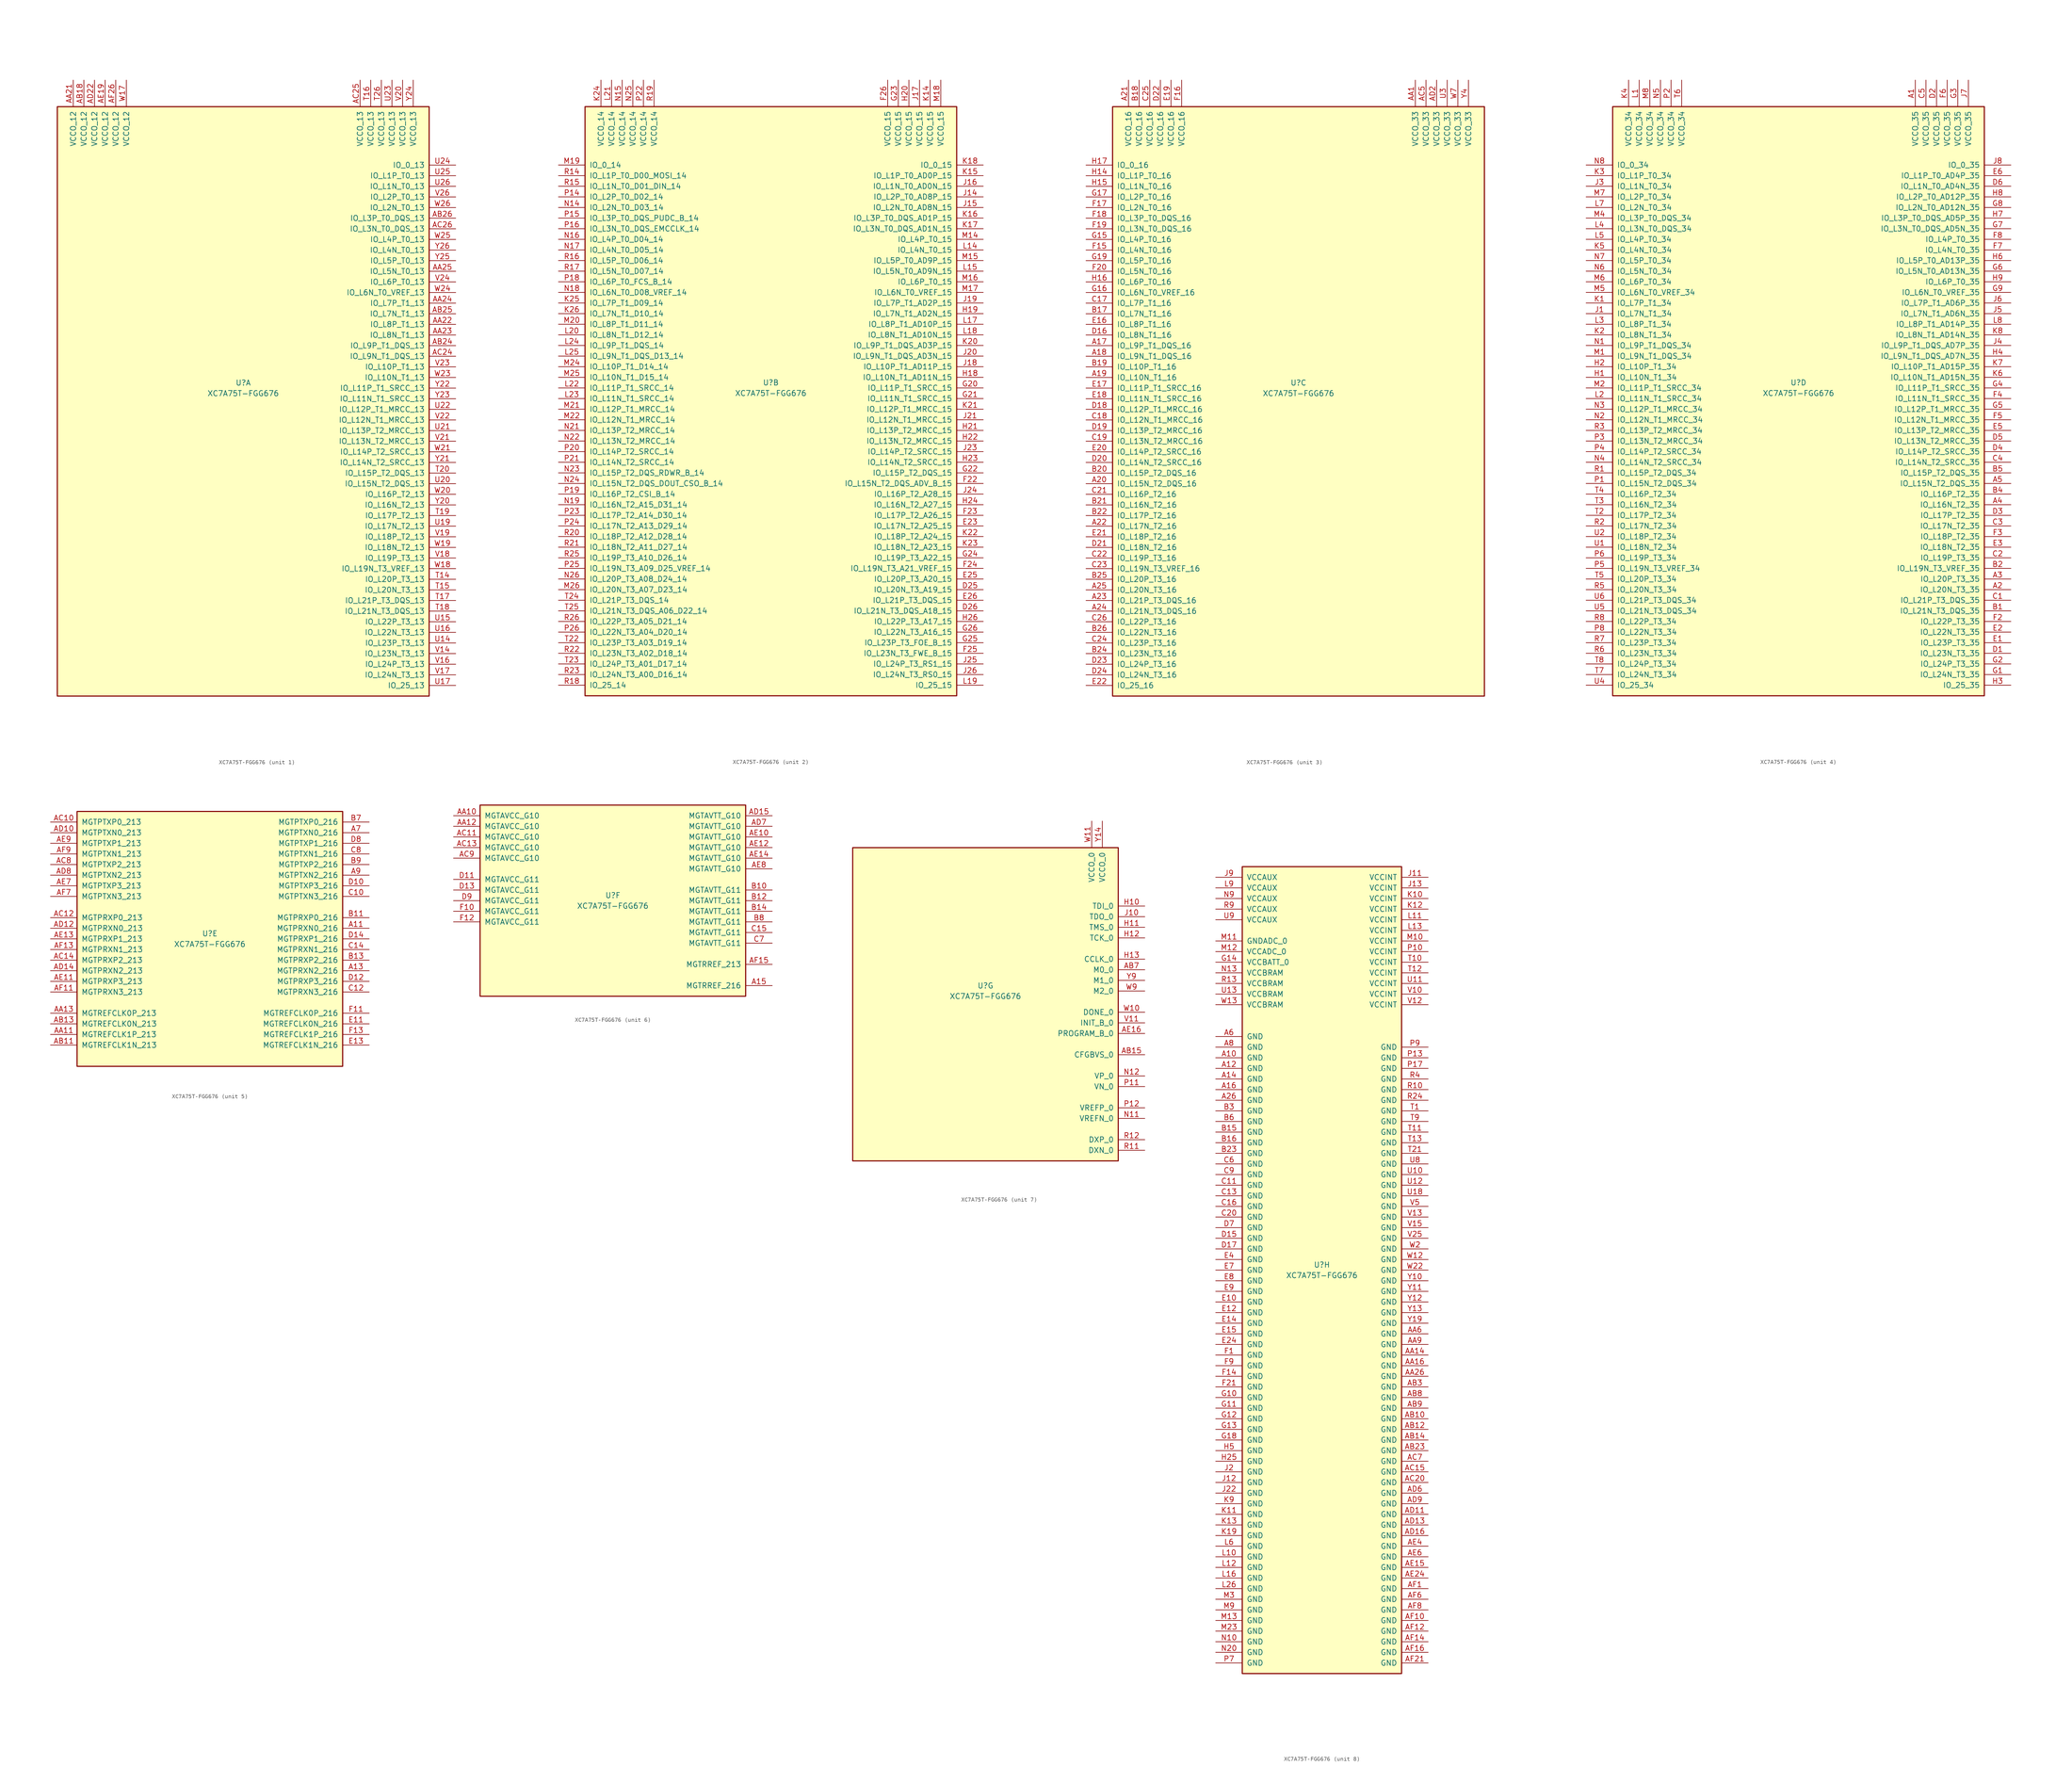
<source format=kicad_sym>
(kicad_symbol_lib
  (version 20220914)
  (generator kicad_symbol_editor)
  (symbol "XC7A75T-FGG676"
    (pin_names
      (offset 1.016))
    (property "Reference" "U"
      (at 0 1.27 0)
      (effects (font (size 1.27 1.27))))
    (property "Value" "XC7A75T-FGG676"
      (at 0 -1.27 0)
      (effects (font (size 1.27 1.27))))
    (property "Datasheet" ""
      (at 0 0 0)
      (effects (font (size 1.27 1.27))))
    (property "ki_locked" ""
      (at 0 0 0)
      (effects (font (size 1.27 1.27))))
    (symbol "XC7A75T-FGG676_1_1"
      (rectangle (start -44.45 67.31) (end 44.45 -73.66) (stroke (width 0.254) (type default)) (fill (type background)))
      (pin power_in line (at -40.64 73.66 270) (length 6.35) (name "VCCO_12" (effects (font (size 1.27 1.27)))) (number "AA21" (effects (font (size 1.27 1.27)))))
      (pin bidirectional line (at 50.8 15.24 180) (length 6.35) (name "IO_L8P_T1_13" (effects (font (size 1.27 1.27)))) (number "AA22" (effects (font (size 1.27 1.27)))))
      (pin bidirectional line (at 50.8 12.7 180) (length 6.35) (name "IO_L8N_T1_13" (effects (font (size 1.27 1.27)))) (number "AA23" (effects (font (size 1.27 1.27)))))
      (pin bidirectional line (at 50.8 20.32 180) (length 6.35) (name "IO_L7P_T1_13" (effects (font (size 1.27 1.27)))) (number "AA24" (effects (font (size 1.27 1.27)))))
      (pin bidirectional line (at 50.8 27.94 180) (length 6.35) (name "IO_L5N_T0_13" (effects (font (size 1.27 1.27)))) (number "AA25" (effects (font (size 1.27 1.27)))))
      (pin power_in line (at -38.1 73.66 270) (length 6.35) (name "VCCO_12" (effects (font (size 1.27 1.27)))) (number "AB18" (effects (font (size 1.27 1.27)))))
      (pin bidirectional line (at 50.8 10.16 180) (length 6.35) (name "IO_L9P_T1_DQS_13" (effects (font (size 1.27 1.27)))) (number "AB24" (effects (font (size 1.27 1.27)))))
      (pin bidirectional line (at 50.8 17.78 180) (length 6.35) (name "IO_L7N_T1_13" (effects (font (size 1.27 1.27)))) (number "AB25" (effects (font (size 1.27 1.27)))))
      (pin bidirectional line (at 50.8 40.64 180) (length 6.35) (name "IO_L3P_T0_DQS_13" (effects (font (size 1.27 1.27)))) (number "AB26" (effects (font (size 1.27 1.27)))))
      (pin bidirectional line (at 50.8 7.62 180) (length 6.35) (name "IO_L9N_T1_DQS_13" (effects (font (size 1.27 1.27)))) (number "AC24" (effects (font (size 1.27 1.27)))))
      (pin power_in line (at 27.94 73.66 270) (length 6.35) (name "VCCO_13" (effects (font (size 1.27 1.27)))) (number "AC25" (effects (font (size 1.27 1.27)))))
      (pin bidirectional line (at 50.8 38.1 180) (length 6.35) (name "IO_L3N_T0_DQS_13" (effects (font (size 1.27 1.27)))) (number "AC26" (effects (font (size 1.27 1.27)))))
      (pin power_in line (at -35.56 73.66 270) (length 6.35) (name "VCCO_12" (effects (font (size 1.27 1.27)))) (number "AD22" (effects (font (size 1.27 1.27)))))
      (pin power_in line (at -33.02 73.66 270) (length 6.35) (name "VCCO_12" (effects (font (size 1.27 1.27)))) (number "AE19" (effects (font (size 1.27 1.27)))))
      (pin power_in line (at -30.48 73.66 270) (length 6.35) (name "VCCO_12" (effects (font (size 1.27 1.27)))) (number "AF26" (effects (font (size 1.27 1.27)))))
      (pin bidirectional line (at 50.8 -45.72 180) (length 6.35) (name "IO_L20P_T3_13" (effects (font (size 1.27 1.27)))) (number "T14" (effects (font (size 1.27 1.27)))))
      (pin bidirectional line (at 50.8 -48.26 180) (length 6.35) (name "IO_L20N_T3_13" (effects (font (size 1.27 1.27)))) (number "T15" (effects (font (size 1.27 1.27)))))
      (pin power_in line (at 30.48 73.66 270) (length 6.35) (name "VCCO_13" (effects (font (size 1.27 1.27)))) (number "T16" (effects (font (size 1.27 1.27)))))
      (pin bidirectional line (at 50.8 -50.8 180) (length 6.35) (name "IO_L21P_T3_DQS_13" (effects (font (size 1.27 1.27)))) (number "T17" (effects (font (size 1.27 1.27)))))
      (pin bidirectional line (at 50.8 -53.34 180) (length 6.35) (name "IO_L21N_T3_DQS_13" (effects (font (size 1.27 1.27)))) (number "T18" (effects (font (size 1.27 1.27)))))
      (pin bidirectional line (at 50.8 -30.48 180) (length 6.35) (name "IO_L17P_T2_13" (effects (font (size 1.27 1.27)))) (number "T19" (effects (font (size 1.27 1.27)))))
      (pin bidirectional line (at 50.8 -20.32 180) (length 6.35) (name "IO_L15P_T2_DQS_13" (effects (font (size 1.27 1.27)))) (number "T20" (effects (font (size 1.27 1.27)))))
      (pin power_in line (at 33.02 73.66 270) (length 6.35) (name "VCCO_13" (effects (font (size 1.27 1.27)))) (number "T26" (effects (font (size 1.27 1.27)))))
      (pin bidirectional line (at 50.8 -60.96 180) (length 6.35) (name "IO_L23P_T3_13" (effects (font (size 1.27 1.27)))) (number "U14" (effects (font (size 1.27 1.27)))))
      (pin bidirectional line (at 50.8 -55.88 180) (length 6.35) (name "IO_L22P_T3_13" (effects (font (size 1.27 1.27)))) (number "U15" (effects (font (size 1.27 1.27)))))
      (pin bidirectional line (at 50.8 -58.42 180) (length 6.35) (name "IO_L22N_T3_13" (effects (font (size 1.27 1.27)))) (number "U16" (effects (font (size 1.27 1.27)))))
      (pin bidirectional line (at 50.8 -71.12 180) (length 6.35) (name "IO_25_13" (effects (font (size 1.27 1.27)))) (number "U17" (effects (font (size 1.27 1.27)))))
      (pin bidirectional line (at 50.8 -33.02 180) (length 6.35) (name "IO_L17N_T2_13" (effects (font (size 1.27 1.27)))) (number "U19" (effects (font (size 1.27 1.27)))))
      (pin bidirectional line (at 50.8 -22.86 180) (length 6.35) (name "IO_L15N_T2_DQS_13" (effects (font (size 1.27 1.27)))) (number "U20" (effects (font (size 1.27 1.27)))))
      (pin bidirectional line (at 50.8 -10.16 180) (length 6.35) (name "IO_L13P_T2_MRCC_13" (effects (font (size 1.27 1.27)))) (number "U21" (effects (font (size 1.27 1.27)))))
      (pin bidirectional line (at 50.8 -5.08 180) (length 6.35) (name "IO_L12P_T1_MRCC_13" (effects (font (size 1.27 1.27)))) (number "U22" (effects (font (size 1.27 1.27)))))
      (pin power_in line (at 35.56 73.66 270) (length 6.35) (name "VCCO_13" (effects (font (size 1.27 1.27)))) (number "U23" (effects (font (size 1.27 1.27)))))
      (pin bidirectional line (at 50.8 53.34 180) (length 6.35) (name "IO_0_13" (effects (font (size 1.27 1.27)))) (number "U24" (effects (font (size 1.27 1.27)))))
      (pin bidirectional line (at 50.8 50.8 180) (length 6.35) (name "IO_L1P_T0_13" (effects (font (size 1.27 1.27)))) (number "U25" (effects (font (size 1.27 1.27)))))
      (pin bidirectional line (at 50.8 48.26 180) (length 6.35) (name "IO_L1N_T0_13" (effects (font (size 1.27 1.27)))) (number "U26" (effects (font (size 1.27 1.27)))))
      (pin bidirectional line (at 50.8 -63.5 180) (length 6.35) (name "IO_L23N_T3_13" (effects (font (size 1.27 1.27)))) (number "V14" (effects (font (size 1.27 1.27)))))
      (pin bidirectional line (at 50.8 -66.04 180) (length 6.35) (name "IO_L24P_T3_13" (effects (font (size 1.27 1.27)))) (number "V16" (effects (font (size 1.27 1.27)))))
      (pin bidirectional line (at 50.8 -68.58 180) (length 6.35) (name "IO_L24N_T3_13" (effects (font (size 1.27 1.27)))) (number "V17" (effects (font (size 1.27 1.27)))))
      (pin bidirectional line (at 50.8 -40.64 180) (length 6.35) (name "IO_L19P_T3_13" (effects (font (size 1.27 1.27)))) (number "V18" (effects (font (size 1.27 1.27)))))
      (pin bidirectional line (at 50.8 -35.56 180) (length 6.35) (name "IO_L18P_T2_13" (effects (font (size 1.27 1.27)))) (number "V19" (effects (font (size 1.27 1.27)))))
      (pin power_in line (at 38.1 73.66 270) (length 6.35) (name "VCCO_13" (effects (font (size 1.27 1.27)))) (number "V20" (effects (font (size 1.27 1.27)))))
      (pin bidirectional line (at 50.8 -12.7 180) (length 6.35) (name "IO_L13N_T2_MRCC_13" (effects (font (size 1.27 1.27)))) (number "V21" (effects (font (size 1.27 1.27)))))
      (pin bidirectional line (at 50.8 -7.62 180) (length 6.35) (name "IO_L12N_T1_MRCC_13" (effects (font (size 1.27 1.27)))) (number "V22" (effects (font (size 1.27 1.27)))))
      (pin bidirectional line (at 50.8 5.08 180) (length 6.35) (name "IO_L10P_T1_13" (effects (font (size 1.27 1.27)))) (number "V23" (effects (font (size 1.27 1.27)))))
      (pin bidirectional line (at 50.8 25.4 180) (length 6.35) (name "IO_L6P_T0_13" (effects (font (size 1.27 1.27)))) (number "V24" (effects (font (size 1.27 1.27)))))
      (pin bidirectional line (at 50.8 45.72 180) (length 6.35) (name "IO_L2P_T0_13" (effects (font (size 1.27 1.27)))) (number "V26" (effects (font (size 1.27 1.27)))))
      (pin power_in line (at -27.94 73.66 270) (length 6.35) (name "VCCO_12" (effects (font (size 1.27 1.27)))) (number "W17" (effects (font (size 1.27 1.27)))))
      (pin bidirectional line (at 50.8 -43.18 180) (length 6.35) (name "IO_L19N_T3_VREF_13" (effects (font (size 1.27 1.27)))) (number "W18" (effects (font (size 1.27 1.27)))))
      (pin bidirectional line (at 50.8 -38.1 180) (length 6.35) (name "IO_L18N_T2_13" (effects (font (size 1.27 1.27)))) (number "W19" (effects (font (size 1.27 1.27)))))
      (pin bidirectional line (at 50.8 -25.4 180) (length 6.35) (name "IO_L16P_T2_13" (effects (font (size 1.27 1.27)))) (number "W20" (effects (font (size 1.27 1.27)))))
      (pin bidirectional line (at 50.8 -15.24 180) (length 6.35) (name "IO_L14P_T2_SRCC_13" (effects (font (size 1.27 1.27)))) (number "W21" (effects (font (size 1.27 1.27)))))
      (pin bidirectional line (at 50.8 2.54 180) (length 6.35) (name "IO_L10N_T1_13" (effects (font (size 1.27 1.27)))) (number "W23" (effects (font (size 1.27 1.27)))))
      (pin bidirectional line (at 50.8 22.86 180) (length 6.35) (name "IO_L6N_T0_VREF_13" (effects (font (size 1.27 1.27)))) (number "W24" (effects (font (size 1.27 1.27)))))
      (pin bidirectional line (at 50.8 35.56 180) (length 6.35) (name "IO_L4P_T0_13" (effects (font (size 1.27 1.27)))) (number "W25" (effects (font (size 1.27 1.27)))))
      (pin bidirectional line (at 50.8 43.18 180) (length 6.35) (name "IO_L2N_T0_13" (effects (font (size 1.27 1.27)))) (number "W26" (effects (font (size 1.27 1.27)))))
      (pin bidirectional line (at 50.8 -27.94 180) (length 6.35) (name "IO_L16N_T2_13" (effects (font (size 1.27 1.27)))) (number "Y20" (effects (font (size 1.27 1.27)))))
      (pin bidirectional line (at 50.8 -17.78 180) (length 6.35) (name "IO_L14N_T2_SRCC_13" (effects (font (size 1.27 1.27)))) (number "Y21" (effects (font (size 1.27 1.27)))))
      (pin bidirectional line (at 50.8 0 180) (length 6.35) (name "IO_L11P_T1_SRCC_13" (effects (font (size 1.27 1.27)))) (number "Y22" (effects (font (size 1.27 1.27)))))
      (pin bidirectional line (at 50.8 -2.54 180) (length 6.35) (name "IO_L11N_T1_SRCC_13" (effects (font (size 1.27 1.27)))) (number "Y23" (effects (font (size 1.27 1.27)))))
      (pin power_in line (at 40.64 73.66 270) (length 6.35) (name "VCCO_13" (effects (font (size 1.27 1.27)))) (number "Y24" (effects (font (size 1.27 1.27)))))
      (pin bidirectional line (at 50.8 30.48 180) (length 6.35) (name "IO_L5P_T0_13" (effects (font (size 1.27 1.27)))) (number "Y25" (effects (font (size 1.27 1.27)))))
      (pin bidirectional line (at 50.8 33.02 180) (length 6.35) (name "IO_L4N_T0_13" (effects (font (size 1.27 1.27)))) (number "Y26" (effects (font (size 1.27 1.27))))))
    (symbol "XC7A75T-FGG676_2_1"
      (rectangle (start -44.45 67.31) (end 44.45 -73.66) (stroke (width 0.254) (type default)) (fill (type background)))
      (pin bidirectional line (at 50.8 -48.26 180) (length 6.35) (name "IO_L20N_T3_A19_15" (effects (font (size 1.27 1.27)))) (number "D25" (effects (font (size 1.27 1.27)))))
      (pin bidirectional line (at 50.8 -53.34 180) (length 6.35) (name "IO_L21N_T3_DQS_A18_15" (effects (font (size 1.27 1.27)))) (number "D26" (effects (font (size 1.27 1.27)))))
      (pin bidirectional line (at 50.8 -33.02 180) (length 6.35) (name "IO_L17N_T2_A25_15" (effects (font (size 1.27 1.27)))) (number "E23" (effects (font (size 1.27 1.27)))))
      (pin bidirectional line (at 50.8 -45.72 180) (length 6.35) (name "IO_L20P_T3_A20_15" (effects (font (size 1.27 1.27)))) (number "E25" (effects (font (size 1.27 1.27)))))
      (pin bidirectional line (at 50.8 -50.8 180) (length 6.35) (name "IO_L21P_T3_DQS_15" (effects (font (size 1.27 1.27)))) (number "E26" (effects (font (size 1.27 1.27)))))
      (pin bidirectional line (at 50.8 -22.86 180) (length 6.35) (name "IO_L15N_T2_DQS_ADV_B_15" (effects (font (size 1.27 1.27)))) (number "F22" (effects (font (size 1.27 1.27)))))
      (pin bidirectional line (at 50.8 -30.48 180) (length 6.35) (name "IO_L17P_T2_A26_15" (effects (font (size 1.27 1.27)))) (number "F23" (effects (font (size 1.27 1.27)))))
      (pin bidirectional line (at 50.8 -43.18 180) (length 6.35) (name "IO_L19N_T3_A21_VREF_15" (effects (font (size 1.27 1.27)))) (number "F24" (effects (font (size 1.27 1.27)))))
      (pin bidirectional line (at 50.8 -63.5 180) (length 6.35) (name "IO_L23N_T3_FWE_B_15" (effects (font (size 1.27 1.27)))) (number "F25" (effects (font (size 1.27 1.27)))))
      (pin power_in line (at 27.94 73.66 270) (length 6.35) (name "VCCO_15" (effects (font (size 1.27 1.27)))) (number "F26" (effects (font (size 1.27 1.27)))))
      (pin bidirectional line (at 50.8 0 180) (length 6.35) (name "IO_L11P_T1_SRCC_15" (effects (font (size 1.27 1.27)))) (number "G20" (effects (font (size 1.27 1.27)))))
      (pin bidirectional line (at 50.8 -2.54 180) (length 6.35) (name "IO_L11N_T1_SRCC_15" (effects (font (size 1.27 1.27)))) (number "G21" (effects (font (size 1.27 1.27)))))
      (pin bidirectional line (at 50.8 -20.32 180) (length 6.35) (name "IO_L15P_T2_DQS_15" (effects (font (size 1.27 1.27)))) (number "G22" (effects (font (size 1.27 1.27)))))
      (pin power_in line (at 30.48 73.66 270) (length 6.35) (name "VCCO_15" (effects (font (size 1.27 1.27)))) (number "G23" (effects (font (size 1.27 1.27)))))
      (pin bidirectional line (at 50.8 -40.64 180) (length 6.35) (name "IO_L19P_T3_A22_15" (effects (font (size 1.27 1.27)))) (number "G24" (effects (font (size 1.27 1.27)))))
      (pin bidirectional line (at 50.8 -60.96 180) (length 6.35) (name "IO_L23P_T3_FOE_B_15" (effects (font (size 1.27 1.27)))) (number "G25" (effects (font (size 1.27 1.27)))))
      (pin bidirectional line (at 50.8 -58.42 180) (length 6.35) (name "IO_L22N_T3_A16_15" (effects (font (size 1.27 1.27)))) (number "G26" (effects (font (size 1.27 1.27)))))
      (pin bidirectional line (at 50.8 2.54 180) (length 6.35) (name "IO_L10N_T1_AD11N_15" (effects (font (size 1.27 1.27)))) (number "H18" (effects (font (size 1.27 1.27)))))
      (pin bidirectional line (at 50.8 17.78 180) (length 6.35) (name "IO_L7N_T1_AD2N_15" (effects (font (size 1.27 1.27)))) (number "H19" (effects (font (size 1.27 1.27)))))
      (pin power_in line (at 33.02 73.66 270) (length 6.35) (name "VCCO_15" (effects (font (size 1.27 1.27)))) (number "H20" (effects (font (size 1.27 1.27)))))
      (pin bidirectional line (at 50.8 -10.16 180) (length 6.35) (name "IO_L13P_T2_MRCC_15" (effects (font (size 1.27 1.27)))) (number "H21" (effects (font (size 1.27 1.27)))))
      (pin bidirectional line (at 50.8 -12.7 180) (length 6.35) (name "IO_L13N_T2_MRCC_15" (effects (font (size 1.27 1.27)))) (number "H22" (effects (font (size 1.27 1.27)))))
      (pin bidirectional line (at 50.8 -17.78 180) (length 6.35) (name "IO_L14N_T2_SRCC_15" (effects (font (size 1.27 1.27)))) (number "H23" (effects (font (size 1.27 1.27)))))
      (pin bidirectional line (at 50.8 -27.94 180) (length 6.35) (name "IO_L16N_T2_A27_15" (effects (font (size 1.27 1.27)))) (number "H24" (effects (font (size 1.27 1.27)))))
      (pin bidirectional line (at 50.8 -55.88 180) (length 6.35) (name "IO_L22P_T3_A17_15" (effects (font (size 1.27 1.27)))) (number "H26" (effects (font (size 1.27 1.27)))))
      (pin bidirectional line (at 50.8 45.72 180) (length 6.35) (name "IO_L2P_T0_AD8P_15" (effects (font (size 1.27 1.27)))) (number "J14" (effects (font (size 1.27 1.27)))))
      (pin bidirectional line (at 50.8 43.18 180) (length 6.35) (name "IO_L2N_T0_AD8N_15" (effects (font (size 1.27 1.27)))) (number "J15" (effects (font (size 1.27 1.27)))))
      (pin bidirectional line (at 50.8 48.26 180) (length 6.35) (name "IO_L1N_T0_AD0N_15" (effects (font (size 1.27 1.27)))) (number "J16" (effects (font (size 1.27 1.27)))))
      (pin power_in line (at 35.56 73.66 270) (length 6.35) (name "VCCO_15" (effects (font (size 1.27 1.27)))) (number "J17" (effects (font (size 1.27 1.27)))))
      (pin bidirectional line (at 50.8 5.08 180) (length 6.35) (name "IO_L10P_T1_AD11P_15" (effects (font (size 1.27 1.27)))) (number "J18" (effects (font (size 1.27 1.27)))))
      (pin bidirectional line (at 50.8 20.32 180) (length 6.35) (name "IO_L7P_T1_AD2P_15" (effects (font (size 1.27 1.27)))) (number "J19" (effects (font (size 1.27 1.27)))))
      (pin bidirectional line (at 50.8 7.62 180) (length 6.35) (name "IO_L9N_T1_DQS_AD3N_15" (effects (font (size 1.27 1.27)))) (number "J20" (effects (font (size 1.27 1.27)))))
      (pin bidirectional line (at 50.8 -7.62 180) (length 6.35) (name "IO_L12N_T1_MRCC_15" (effects (font (size 1.27 1.27)))) (number "J21" (effects (font (size 1.27 1.27)))))
      (pin bidirectional line (at 50.8 -15.24 180) (length 6.35) (name "IO_L14P_T2_SRCC_15" (effects (font (size 1.27 1.27)))) (number "J23" (effects (font (size 1.27 1.27)))))
      (pin bidirectional line (at 50.8 -25.4 180) (length 6.35) (name "IO_L16P_T2_A28_15" (effects (font (size 1.27 1.27)))) (number "J24" (effects (font (size 1.27 1.27)))))
      (pin bidirectional line (at 50.8 -66.04 180) (length 6.35) (name "IO_L24P_T3_RS1_15" (effects (font (size 1.27 1.27)))) (number "J25" (effects (font (size 1.27 1.27)))))
      (pin bidirectional line (at 50.8 -68.58 180) (length 6.35) (name "IO_L24N_T3_RS0_15" (effects (font (size 1.27 1.27)))) (number "J26" (effects (font (size 1.27 1.27)))))
      (pin power_in line (at 38.1 73.66 270) (length 6.35) (name "VCCO_15" (effects (font (size 1.27 1.27)))) (number "K14" (effects (font (size 1.27 1.27)))))
      (pin bidirectional line (at 50.8 50.8 180) (length 6.35) (name "IO_L1P_T0_AD0P_15" (effects (font (size 1.27 1.27)))) (number "K15" (effects (font (size 1.27 1.27)))))
      (pin bidirectional line (at 50.8 40.64 180) (length 6.35) (name "IO_L3P_T0_DQS_AD1P_15" (effects (font (size 1.27 1.27)))) (number "K16" (effects (font (size 1.27 1.27)))))
      (pin bidirectional line (at 50.8 38.1 180) (length 6.35) (name "IO_L3N_T0_DQS_AD1N_15" (effects (font (size 1.27 1.27)))) (number "K17" (effects (font (size 1.27 1.27)))))
      (pin bidirectional line (at 50.8 53.34 180) (length 6.35) (name "IO_0_15" (effects (font (size 1.27 1.27)))) (number "K18" (effects (font (size 1.27 1.27)))))
      (pin bidirectional line (at 50.8 10.16 180) (length 6.35) (name "IO_L9P_T1_DQS_AD3P_15" (effects (font (size 1.27 1.27)))) (number "K20" (effects (font (size 1.27 1.27)))))
      (pin bidirectional line (at 50.8 -5.08 180) (length 6.35) (name "IO_L12P_T1_MRCC_15" (effects (font (size 1.27 1.27)))) (number "K21" (effects (font (size 1.27 1.27)))))
      (pin bidirectional line (at 50.8 -35.56 180) (length 6.35) (name "IO_L18P_T2_A24_15" (effects (font (size 1.27 1.27)))) (number "K22" (effects (font (size 1.27 1.27)))))
      (pin bidirectional line (at 50.8 -38.1 180) (length 6.35) (name "IO_L18N_T2_A23_15" (effects (font (size 1.27 1.27)))) (number "K23" (effects (font (size 1.27 1.27)))))
      (pin power_in line (at -40.64 73.66 270) (length 6.35) (name "VCCO_14" (effects (font (size 1.27 1.27)))) (number "K24" (effects (font (size 1.27 1.27)))))
      (pin bidirectional line (at -50.8 20.32 0) (length 6.35) (name "IO_L7P_T1_D09_14" (effects (font (size 1.27 1.27)))) (number "K25" (effects (font (size 1.27 1.27)))))
      (pin bidirectional line (at -50.8 17.78 0) (length 6.35) (name "IO_L7N_T1_D10_14" (effects (font (size 1.27 1.27)))) (number "K26" (effects (font (size 1.27 1.27)))))
      (pin bidirectional line (at 50.8 33.02 180) (length 6.35) (name "IO_L4N_T0_15" (effects (font (size 1.27 1.27)))) (number "L14" (effects (font (size 1.27 1.27)))))
      (pin bidirectional line (at 50.8 27.94 180) (length 6.35) (name "IO_L5N_T0_AD9N_15" (effects (font (size 1.27 1.27)))) (number "L15" (effects (font (size 1.27 1.27)))))
      (pin bidirectional line (at 50.8 15.24 180) (length 6.35) (name "IO_L8P_T1_AD10P_15" (effects (font (size 1.27 1.27)))) (number "L17" (effects (font (size 1.27 1.27)))))
      (pin bidirectional line (at 50.8 12.7 180) (length 6.35) (name "IO_L8N_T1_AD10N_15" (effects (font (size 1.27 1.27)))) (number "L18" (effects (font (size 1.27 1.27)))))
      (pin bidirectional line (at 50.8 -71.12 180) (length 6.35) (name "IO_25_15" (effects (font (size 1.27 1.27)))) (number "L19" (effects (font (size 1.27 1.27)))))
      (pin bidirectional line (at -50.8 12.7 0) (length 6.35) (name "IO_L8N_T1_D12_14" (effects (font (size 1.27 1.27)))) (number "L20" (effects (font (size 1.27 1.27)))))
      (pin power_in line (at -38.1 73.66 270) (length 6.35) (name "VCCO_14" (effects (font (size 1.27 1.27)))) (number "L21" (effects (font (size 1.27 1.27)))))
      (pin bidirectional line (at -50.8 0 0) (length 6.35) (name "IO_L11P_T1_SRCC_14" (effects (font (size 1.27 1.27)))) (number "L22" (effects (font (size 1.27 1.27)))))
      (pin bidirectional line (at -50.8 -2.54 0) (length 6.35) (name "IO_L11N_T1_SRCC_14" (effects (font (size 1.27 1.27)))) (number "L23" (effects (font (size 1.27 1.27)))))
      (pin bidirectional line (at -50.8 10.16 0) (length 6.35) (name "IO_L9P_T1_DQS_14" (effects (font (size 1.27 1.27)))) (number "L24" (effects (font (size 1.27 1.27)))))
      (pin bidirectional line (at -50.8 7.62 0) (length 6.35) (name "IO_L9N_T1_DQS_D13_14" (effects (font (size 1.27 1.27)))) (number "L25" (effects (font (size 1.27 1.27)))))
      (pin bidirectional line (at 50.8 35.56 180) (length 6.35) (name "IO_L4P_T0_15" (effects (font (size 1.27 1.27)))) (number "M14" (effects (font (size 1.27 1.27)))))
      (pin bidirectional line (at 50.8 30.48 180) (length 6.35) (name "IO_L5P_T0_AD9P_15" (effects (font (size 1.27 1.27)))) (number "M15" (effects (font (size 1.27 1.27)))))
      (pin bidirectional line (at 50.8 25.4 180) (length 6.35) (name "IO_L6P_T0_15" (effects (font (size 1.27 1.27)))) (number "M16" (effects (font (size 1.27 1.27)))))
      (pin bidirectional line (at 50.8 22.86 180) (length 6.35) (name "IO_L6N_T0_VREF_15" (effects (font (size 1.27 1.27)))) (number "M17" (effects (font (size 1.27 1.27)))))
      (pin power_in line (at 40.64 73.66 270) (length 6.35) (name "VCCO_15" (effects (font (size 1.27 1.27)))) (number "M18" (effects (font (size 1.27 1.27)))))
      (pin bidirectional line (at -50.8 53.34 0) (length 6.35) (name "IO_0_14" (effects (font (size 1.27 1.27)))) (number "M19" (effects (font (size 1.27 1.27)))))
      (pin bidirectional line (at -50.8 15.24 0) (length 6.35) (name "IO_L8P_T1_D11_14" (effects (font (size 1.27 1.27)))) (number "M20" (effects (font (size 1.27 1.27)))))
      (pin bidirectional line (at -50.8 -5.08 0) (length 6.35) (name "IO_L12P_T1_MRCC_14" (effects (font (size 1.27 1.27)))) (number "M21" (effects (font (size 1.27 1.27)))))
      (pin bidirectional line (at -50.8 -7.62 0) (length 6.35) (name "IO_L12N_T1_MRCC_14" (effects (font (size 1.27 1.27)))) (number "M22" (effects (font (size 1.27 1.27)))))
      (pin bidirectional line (at -50.8 5.08 0) (length 6.35) (name "IO_L10P_T1_D14_14" (effects (font (size 1.27 1.27)))) (number "M24" (effects (font (size 1.27 1.27)))))
      (pin bidirectional line (at -50.8 2.54 0) (length 6.35) (name "IO_L10N_T1_D15_14" (effects (font (size 1.27 1.27)))) (number "M25" (effects (font (size 1.27 1.27)))))
      (pin bidirectional line (at -50.8 -48.26 0) (length 6.35) (name "IO_L20N_T3_A07_D23_14" (effects (font (size 1.27 1.27)))) (number "M26" (effects (font (size 1.27 1.27)))))
      (pin bidirectional line (at -50.8 43.18 0) (length 6.35) (name "IO_L2N_T0_D03_14" (effects (font (size 1.27 1.27)))) (number "N14" (effects (font (size 1.27 1.27)))))
      (pin power_in line (at -35.56 73.66 270) (length 6.35) (name "VCCO_14" (effects (font (size 1.27 1.27)))) (number "N15" (effects (font (size 1.27 1.27)))))
      (pin bidirectional line (at -50.8 35.56 0) (length 6.35) (name "IO_L4P_T0_D04_14" (effects (font (size 1.27 1.27)))) (number "N16" (effects (font (size 1.27 1.27)))))
      (pin bidirectional line (at -50.8 33.02 0) (length 6.35) (name "IO_L4N_T0_D05_14" (effects (font (size 1.27 1.27)))) (number "N17" (effects (font (size 1.27 1.27)))))
      (pin bidirectional line (at -50.8 22.86 0) (length 6.35) (name "IO_L6N_T0_D08_VREF_14" (effects (font (size 1.27 1.27)))) (number "N18" (effects (font (size 1.27 1.27)))))
      (pin bidirectional line (at -50.8 -27.94 0) (length 6.35) (name "IO_L16N_T2_A15_D31_14" (effects (font (size 1.27 1.27)))) (number "N19" (effects (font (size 1.27 1.27)))))
      (pin bidirectional line (at -50.8 -10.16 0) (length 6.35) (name "IO_L13P_T2_MRCC_14" (effects (font (size 1.27 1.27)))) (number "N21" (effects (font (size 1.27 1.27)))))
      (pin bidirectional line (at -50.8 -12.7 0) (length 6.35) (name "IO_L13N_T2_MRCC_14" (effects (font (size 1.27 1.27)))) (number "N22" (effects (font (size 1.27 1.27)))))
      (pin bidirectional line (at -50.8 -20.32 0) (length 6.35) (name "IO_L15P_T2_DQS_RDWR_B_14" (effects (font (size 1.27 1.27)))) (number "N23" (effects (font (size 1.27 1.27)))))
      (pin bidirectional line (at -50.8 -22.86 0) (length 6.35) (name "IO_L15N_T2_DQS_DOUT_CSO_B_14" (effects (font (size 1.27 1.27)))) (number "N24" (effects (font (size 1.27 1.27)))))
      (pin power_in line (at -33.02 73.66 270) (length 6.35) (name "VCCO_14" (effects (font (size 1.27 1.27)))) (number "N25" (effects (font (size 1.27 1.27)))))
      (pin bidirectional line (at -50.8 -45.72 0) (length 6.35) (name "IO_L20P_T3_A08_D24_14" (effects (font (size 1.27 1.27)))) (number "N26" (effects (font (size 1.27 1.27)))))
      (pin bidirectional line (at -50.8 45.72 0) (length 6.35) (name "IO_L2P_T0_D02_14" (effects (font (size 1.27 1.27)))) (number "P14" (effects (font (size 1.27 1.27)))))
      (pin bidirectional line (at -50.8 40.64 0) (length 6.35) (name "IO_L3P_T0_DQS_PUDC_B_14" (effects (font (size 1.27 1.27)))) (number "P15" (effects (font (size 1.27 1.27)))))
      (pin bidirectional line (at -50.8 38.1 0) (length 6.35) (name "IO_L3N_T0_DQS_EMCCLK_14" (effects (font (size 1.27 1.27)))) (number "P16" (effects (font (size 1.27 1.27)))))
      (pin bidirectional line (at -50.8 25.4 0) (length 6.35) (name "IO_L6P_T0_FCS_B_14" (effects (font (size 1.27 1.27)))) (number "P18" (effects (font (size 1.27 1.27)))))
      (pin bidirectional line (at -50.8 -25.4 0) (length 6.35) (name "IO_L16P_T2_CSI_B_14" (effects (font (size 1.27 1.27)))) (number "P19" (effects (font (size 1.27 1.27)))))
      (pin bidirectional line (at -50.8 -15.24 0) (length 6.35) (name "IO_L14P_T2_SRCC_14" (effects (font (size 1.27 1.27)))) (number "P20" (effects (font (size 1.27 1.27)))))
      (pin bidirectional line (at -50.8 -17.78 0) (length 6.35) (name "IO_L14N_T2_SRCC_14" (effects (font (size 1.27 1.27)))) (number "P21" (effects (font (size 1.27 1.27)))))
      (pin power_in line (at -30.48 73.66 270) (length 6.35) (name "VCCO_14" (effects (font (size 1.27 1.27)))) (number "P22" (effects (font (size 1.27 1.27)))))
      (pin bidirectional line (at -50.8 -30.48 0) (length 6.35) (name "IO_L17P_T2_A14_D30_14" (effects (font (size 1.27 1.27)))) (number "P23" (effects (font (size 1.27 1.27)))))
      (pin bidirectional line (at -50.8 -33.02 0) (length 6.35) (name "IO_L17N_T2_A13_D29_14" (effects (font (size 1.27 1.27)))) (number "P24" (effects (font (size 1.27 1.27)))))
      (pin bidirectional line (at -50.8 -43.18 0) (length 6.35) (name "IO_L19N_T3_A09_D25_VREF_14" (effects (font (size 1.27 1.27)))) (number "P25" (effects (font (size 1.27 1.27)))))
      (pin bidirectional line (at -50.8 -58.42 0) (length 6.35) (name "IO_L22N_T3_A04_D20_14" (effects (font (size 1.27 1.27)))) (number "P26" (effects (font (size 1.27 1.27)))))
      (pin bidirectional line (at -50.8 50.8 0) (length 6.35) (name "IO_L1P_T0_D00_MOSI_14" (effects (font (size 1.27 1.27)))) (number "R14" (effects (font (size 1.27 1.27)))))
      (pin bidirectional line (at -50.8 48.26 0) (length 6.35) (name "IO_L1N_T0_D01_DIN_14" (effects (font (size 1.27 1.27)))) (number "R15" (effects (font (size 1.27 1.27)))))
      (pin bidirectional line (at -50.8 30.48 0) (length 6.35) (name "IO_L5P_T0_D06_14" (effects (font (size 1.27 1.27)))) (number "R16" (effects (font (size 1.27 1.27)))))
      (pin bidirectional line (at -50.8 27.94 0) (length 6.35) (name "IO_L5N_T0_D07_14" (effects (font (size 1.27 1.27)))) (number "R17" (effects (font (size 1.27 1.27)))))
      (pin bidirectional line (at -50.8 -71.12 0) (length 6.35) (name "IO_25_14" (effects (font (size 1.27 1.27)))) (number "R18" (effects (font (size 1.27 1.27)))))
      (pin power_in line (at -27.94 73.66 270) (length 6.35) (name "VCCO_14" (effects (font (size 1.27 1.27)))) (number "R19" (effects (font (size 1.27 1.27)))))
      (pin bidirectional line (at -50.8 -35.56 0) (length 6.35) (name "IO_L18P_T2_A12_D28_14" (effects (font (size 1.27 1.27)))) (number "R20" (effects (font (size 1.27 1.27)))))
      (pin bidirectional line (at -50.8 -38.1 0) (length 6.35) (name "IO_L18N_T2_A11_D27_14" (effects (font (size 1.27 1.27)))) (number "R21" (effects (font (size 1.27 1.27)))))
      (pin bidirectional line (at -50.8 -63.5 0) (length 6.35) (name "IO_L23N_T3_A02_D18_14" (effects (font (size 1.27 1.27)))) (number "R22" (effects (font (size 1.27 1.27)))))
      (pin bidirectional line (at -50.8 -68.58 0) (length 6.35) (name "IO_L24N_T3_A00_D16_14" (effects (font (size 1.27 1.27)))) (number "R23" (effects (font (size 1.27 1.27)))))
      (pin bidirectional line (at -50.8 -40.64 0) (length 6.35) (name "IO_L19P_T3_A10_D26_14" (effects (font (size 1.27 1.27)))) (number "R25" (effects (font (size 1.27 1.27)))))
      (pin bidirectional line (at -50.8 -55.88 0) (length 6.35) (name "IO_L22P_T3_A05_D21_14" (effects (font (size 1.27 1.27)))) (number "R26" (effects (font (size 1.27 1.27)))))
      (pin bidirectional line (at -50.8 -60.96 0) (length 6.35) (name "IO_L23P_T3_A03_D19_14" (effects (font (size 1.27 1.27)))) (number "T22" (effects (font (size 1.27 1.27)))))
      (pin bidirectional line (at -50.8 -66.04 0) (length 6.35) (name "IO_L24P_T3_A01_D17_14" (effects (font (size 1.27 1.27)))) (number "T23" (effects (font (size 1.27 1.27)))))
      (pin bidirectional line (at -50.8 -50.8 0) (length 6.35) (name "IO_L21P_T3_DQS_14" (effects (font (size 1.27 1.27)))) (number "T24" (effects (font (size 1.27 1.27)))))
      (pin bidirectional line (at -50.8 -53.34 0) (length 6.35) (name "IO_L21N_T3_DQS_A06_D22_14" (effects (font (size 1.27 1.27)))) (number "T25" (effects (font (size 1.27 1.27))))))
    (symbol "XC7A75T-FGG676_3_1"
      (rectangle (start -44.45 67.31) (end 44.45 -73.66) (stroke (width 0.254) (type default)) (fill (type background)))
      (pin bidirectional line (at -50.8 10.16 0) (length 6.35) (name "IO_L9P_T1_DQS_16" (effects (font (size 1.27 1.27)))) (number "A17" (effects (font (size 1.27 1.27)))))
      (pin bidirectional line (at -50.8 7.62 0) (length 6.35) (name "IO_L9N_T1_DQS_16" (effects (font (size 1.27 1.27)))) (number "A18" (effects (font (size 1.27 1.27)))))
      (pin bidirectional line (at -50.8 2.54 0) (length 6.35) (name "IO_L10N_T1_16" (effects (font (size 1.27 1.27)))) (number "A19" (effects (font (size 1.27 1.27)))))
      (pin bidirectional line (at -50.8 -22.86 0) (length 6.35) (name "IO_L15N_T2_DQS_16" (effects (font (size 1.27 1.27)))) (number "A20" (effects (font (size 1.27 1.27)))))
      (pin power_in line (at -40.64 73.66 270) (length 6.35) (name "VCCO_16" (effects (font (size 1.27 1.27)))) (number "A21" (effects (font (size 1.27 1.27)))))
      (pin bidirectional line (at -50.8 -33.02 0) (length 6.35) (name "IO_L17N_T2_16" (effects (font (size 1.27 1.27)))) (number "A22" (effects (font (size 1.27 1.27)))))
      (pin bidirectional line (at -50.8 -50.8 0) (length 6.35) (name "IO_L21P_T3_DQS_16" (effects (font (size 1.27 1.27)))) (number "A23" (effects (font (size 1.27 1.27)))))
      (pin bidirectional line (at -50.8 -53.34 0) (length 6.35) (name "IO_L21N_T3_DQS_16" (effects (font (size 1.27 1.27)))) (number "A24" (effects (font (size 1.27 1.27)))))
      (pin bidirectional line (at -50.8 -48.26 0) (length 6.35) (name "IO_L20N_T3_16" (effects (font (size 1.27 1.27)))) (number "A25" (effects (font (size 1.27 1.27)))))
      (pin power_in line (at 27.94 73.66 270) (length 6.35) (name "VCCO_33" (effects (font (size 1.27 1.27)))) (number "AA1" (effects (font (size 1.27 1.27)))))
      (pin power_in line (at 30.48 73.66 270) (length 6.35) (name "VCCO_33" (effects (font (size 1.27 1.27)))) (number "AC5" (effects (font (size 1.27 1.27)))))
      (pin power_in line (at 33.02 73.66 270) (length 6.35) (name "VCCO_33" (effects (font (size 1.27 1.27)))) (number "AD2" (effects (font (size 1.27 1.27)))))
      (pin bidirectional line (at -50.8 17.78 0) (length 6.35) (name "IO_L7N_T1_16" (effects (font (size 1.27 1.27)))) (number "B17" (effects (font (size 1.27 1.27)))))
      (pin power_in line (at -38.1 73.66 270) (length 6.35) (name "VCCO_16" (effects (font (size 1.27 1.27)))) (number "B18" (effects (font (size 1.27 1.27)))))
      (pin bidirectional line (at -50.8 5.08 0) (length 6.35) (name "IO_L10P_T1_16" (effects (font (size 1.27 1.27)))) (number "B19" (effects (font (size 1.27 1.27)))))
      (pin bidirectional line (at -50.8 -20.32 0) (length 6.35) (name "IO_L15P_T2_DQS_16" (effects (font (size 1.27 1.27)))) (number "B20" (effects (font (size 1.27 1.27)))))
      (pin bidirectional line (at -50.8 -27.94 0) (length 6.35) (name "IO_L16N_T2_16" (effects (font (size 1.27 1.27)))) (number "B21" (effects (font (size 1.27 1.27)))))
      (pin bidirectional line (at -50.8 -30.48 0) (length 6.35) (name "IO_L17P_T2_16" (effects (font (size 1.27 1.27)))) (number "B22" (effects (font (size 1.27 1.27)))))
      (pin bidirectional line (at -50.8 -63.5 0) (length 6.35) (name "IO_L23N_T3_16" (effects (font (size 1.27 1.27)))) (number "B24" (effects (font (size 1.27 1.27)))))
      (pin bidirectional line (at -50.8 -45.72 0) (length 6.35) (name "IO_L20P_T3_16" (effects (font (size 1.27 1.27)))) (number "B25" (effects (font (size 1.27 1.27)))))
      (pin bidirectional line (at -50.8 -58.42 0) (length 6.35) (name "IO_L22N_T3_16" (effects (font (size 1.27 1.27)))) (number "B26" (effects (font (size 1.27 1.27)))))
      (pin bidirectional line (at -50.8 20.32 0) (length 6.35) (name "IO_L7P_T1_16" (effects (font (size 1.27 1.27)))) (number "C17" (effects (font (size 1.27 1.27)))))
      (pin bidirectional line (at -50.8 -7.62 0) (length 6.35) (name "IO_L12N_T1_MRCC_16" (effects (font (size 1.27 1.27)))) (number "C18" (effects (font (size 1.27 1.27)))))
      (pin bidirectional line (at -50.8 -12.7 0) (length 6.35) (name "IO_L13N_T2_MRCC_16" (effects (font (size 1.27 1.27)))) (number "C19" (effects (font (size 1.27 1.27)))))
      (pin bidirectional line (at -50.8 -25.4 0) (length 6.35) (name "IO_L16P_T2_16" (effects (font (size 1.27 1.27)))) (number "C21" (effects (font (size 1.27 1.27)))))
      (pin bidirectional line (at -50.8 -40.64 0) (length 6.35) (name "IO_L19P_T3_16" (effects (font (size 1.27 1.27)))) (number "C22" (effects (font (size 1.27 1.27)))))
      (pin bidirectional line (at -50.8 -43.18 0) (length 6.35) (name "IO_L19N_T3_VREF_16" (effects (font (size 1.27 1.27)))) (number "C23" (effects (font (size 1.27 1.27)))))
      (pin bidirectional line (at -50.8 -60.96 0) (length 6.35) (name "IO_L23P_T3_16" (effects (font (size 1.27 1.27)))) (number "C24" (effects (font (size 1.27 1.27)))))
      (pin power_in line (at -35.56 73.66 270) (length 6.35) (name "VCCO_16" (effects (font (size 1.27 1.27)))) (number "C25" (effects (font (size 1.27 1.27)))))
      (pin bidirectional line (at -50.8 -55.88 0) (length 6.35) (name "IO_L22P_T3_16" (effects (font (size 1.27 1.27)))) (number "C26" (effects (font (size 1.27 1.27)))))
      (pin bidirectional line (at -50.8 12.7 0) (length 6.35) (name "IO_L8N_T1_16" (effects (font (size 1.27 1.27)))) (number "D16" (effects (font (size 1.27 1.27)))))
      (pin bidirectional line (at -50.8 -5.08 0) (length 6.35) (name "IO_L12P_T1_MRCC_16" (effects (font (size 1.27 1.27)))) (number "D18" (effects (font (size 1.27 1.27)))))
      (pin bidirectional line (at -50.8 -10.16 0) (length 6.35) (name "IO_L13P_T2_MRCC_16" (effects (font (size 1.27 1.27)))) (number "D19" (effects (font (size 1.27 1.27)))))
      (pin bidirectional line (at -50.8 -17.78 0) (length 6.35) (name "IO_L14N_T2_SRCC_16" (effects (font (size 1.27 1.27)))) (number "D20" (effects (font (size 1.27 1.27)))))
      (pin bidirectional line (at -50.8 -38.1 0) (length 6.35) (name "IO_L18N_T2_16" (effects (font (size 1.27 1.27)))) (number "D21" (effects (font (size 1.27 1.27)))))
      (pin power_in line (at -33.02 73.66 270) (length 6.35) (name "VCCO_16" (effects (font (size 1.27 1.27)))) (number "D22" (effects (font (size 1.27 1.27)))))
      (pin bidirectional line (at -50.8 -66.04 0) (length 6.35) (name "IO_L24P_T3_16" (effects (font (size 1.27 1.27)))) (number "D23" (effects (font (size 1.27 1.27)))))
      (pin bidirectional line (at -50.8 -68.58 0) (length 6.35) (name "IO_L24N_T3_16" (effects (font (size 1.27 1.27)))) (number "D24" (effects (font (size 1.27 1.27)))))
      (pin bidirectional line (at -50.8 15.24 0) (length 6.35) (name "IO_L8P_T1_16" (effects (font (size 1.27 1.27)))) (number "E16" (effects (font (size 1.27 1.27)))))
      (pin bidirectional line (at -50.8 0 0) (length 6.35) (name "IO_L11P_T1_SRCC_16" (effects (font (size 1.27 1.27)))) (number "E17" (effects (font (size 1.27 1.27)))))
      (pin bidirectional line (at -50.8 -2.54 0) (length 6.35) (name "IO_L11N_T1_SRCC_16" (effects (font (size 1.27 1.27)))) (number "E18" (effects (font (size 1.27 1.27)))))
      (pin power_in line (at -30.48 73.66 270) (length 6.35) (name "VCCO_16" (effects (font (size 1.27 1.27)))) (number "E19" (effects (font (size 1.27 1.27)))))
      (pin bidirectional line (at -50.8 -15.24 0) (length 6.35) (name "IO_L14P_T2_SRCC_16" (effects (font (size 1.27 1.27)))) (number "E20" (effects (font (size 1.27 1.27)))))
      (pin bidirectional line (at -50.8 -35.56 0) (length 6.35) (name "IO_L18P_T2_16" (effects (font (size 1.27 1.27)))) (number "E21" (effects (font (size 1.27 1.27)))))
      (pin bidirectional line (at -50.8 -71.12 0) (length 6.35) (name "IO_25_16" (effects (font (size 1.27 1.27)))) (number "E22" (effects (font (size 1.27 1.27)))))
      (pin bidirectional line (at -50.8 33.02 0) (length 6.35) (name "IO_L4N_T0_16" (effects (font (size 1.27 1.27)))) (number "F15" (effects (font (size 1.27 1.27)))))
      (pin power_in line (at -27.94 73.66 270) (length 6.35) (name "VCCO_16" (effects (font (size 1.27 1.27)))) (number "F16" (effects (font (size 1.27 1.27)))))
      (pin bidirectional line (at -50.8 43.18 0) (length 6.35) (name "IO_L2N_T0_16" (effects (font (size 1.27 1.27)))) (number "F17" (effects (font (size 1.27 1.27)))))
      (pin bidirectional line (at -50.8 40.64 0) (length 6.35) (name "IO_L3P_T0_DQS_16" (effects (font (size 1.27 1.27)))) (number "F18" (effects (font (size 1.27 1.27)))))
      (pin bidirectional line (at -50.8 38.1 0) (length 6.35) (name "IO_L3N_T0_DQS_16" (effects (font (size 1.27 1.27)))) (number "F19" (effects (font (size 1.27 1.27)))))
      (pin bidirectional line (at -50.8 27.94 0) (length 6.35) (name "IO_L5N_T0_16" (effects (font (size 1.27 1.27)))) (number "F20" (effects (font (size 1.27 1.27)))))
      (pin bidirectional line (at -50.8 35.56 0) (length 6.35) (name "IO_L4P_T0_16" (effects (font (size 1.27 1.27)))) (number "G15" (effects (font (size 1.27 1.27)))))
      (pin bidirectional line (at -50.8 22.86 0) (length 6.35) (name "IO_L6N_T0_VREF_16" (effects (font (size 1.27 1.27)))) (number "G16" (effects (font (size 1.27 1.27)))))
      (pin bidirectional line (at -50.8 45.72 0) (length 6.35) (name "IO_L2P_T0_16" (effects (font (size 1.27 1.27)))) (number "G17" (effects (font (size 1.27 1.27)))))
      (pin bidirectional line (at -50.8 30.48 0) (length 6.35) (name "IO_L5P_T0_16" (effects (font (size 1.27 1.27)))) (number "G19" (effects (font (size 1.27 1.27)))))
      (pin bidirectional line (at -50.8 50.8 0) (length 6.35) (name "IO_L1P_T0_16" (effects (font (size 1.27 1.27)))) (number "H14" (effects (font (size 1.27 1.27)))))
      (pin bidirectional line (at -50.8 48.26 0) (length 6.35) (name "IO_L1N_T0_16" (effects (font (size 1.27 1.27)))) (number "H15" (effects (font (size 1.27 1.27)))))
      (pin bidirectional line (at -50.8 25.4 0) (length 6.35) (name "IO_L6P_T0_16" (effects (font (size 1.27 1.27)))) (number "H16" (effects (font (size 1.27 1.27)))))
      (pin bidirectional line (at -50.8 53.34 0) (length 6.35) (name "IO_0_16" (effects (font (size 1.27 1.27)))) (number "H17" (effects (font (size 1.27 1.27)))))
      (pin power_in line (at 35.56 73.66 270) (length 6.35) (name "VCCO_33" (effects (font (size 1.27 1.27)))) (number "U3" (effects (font (size 1.27 1.27)))))
      (pin power_in line (at 38.1 73.66 270) (length 6.35) (name "VCCO_33" (effects (font (size 1.27 1.27)))) (number "W7" (effects (font (size 1.27 1.27)))))
      (pin power_in line (at 40.64 73.66 270) (length 6.35) (name "VCCO_33" (effects (font (size 1.27 1.27)))) (number "Y4" (effects (font (size 1.27 1.27))))))
    (symbol "XC7A75T-FGG676_4_1"
      (rectangle (start -44.45 67.31) (end 44.45 -73.66) (stroke (width 0.254) (type default)) (fill (type background)))
      (pin power_in line (at 27.94 73.66 270) (length 6.35) (name "VCCO_35" (effects (font (size 1.27 1.27)))) (number "A1" (effects (font (size 1.27 1.27)))))
      (pin bidirectional line (at 50.8 -48.26 180) (length 6.35) (name "IO_L20N_T3_35" (effects (font (size 1.27 1.27)))) (number "A2" (effects (font (size 1.27 1.27)))))
      (pin bidirectional line (at 50.8 -45.72 180) (length 6.35) (name "IO_L20P_T3_35" (effects (font (size 1.27 1.27)))) (number "A3" (effects (font (size 1.27 1.27)))))
      (pin bidirectional line (at 50.8 -27.94 180) (length 6.35) (name "IO_L16N_T2_35" (effects (font (size 1.27 1.27)))) (number "A4" (effects (font (size 1.27 1.27)))))
      (pin bidirectional line (at 50.8 -22.86 180) (length 6.35) (name "IO_L15N_T2_DQS_35" (effects (font (size 1.27 1.27)))) (number "A5" (effects (font (size 1.27 1.27)))))
      (pin bidirectional line (at 50.8 -53.34 180) (length 6.35) (name "IO_L21N_T3_DQS_35" (effects (font (size 1.27 1.27)))) (number "B1" (effects (font (size 1.27 1.27)))))
      (pin bidirectional line (at 50.8 -43.18 180) (length 6.35) (name "IO_L19N_T3_VREF_35" (effects (font (size 1.27 1.27)))) (number "B2" (effects (font (size 1.27 1.27)))))
      (pin bidirectional line (at 50.8 -25.4 180) (length 6.35) (name "IO_L16P_T2_35" (effects (font (size 1.27 1.27)))) (number "B4" (effects (font (size 1.27 1.27)))))
      (pin bidirectional line (at 50.8 -20.32 180) (length 6.35) (name "IO_L15P_T2_DQS_35" (effects (font (size 1.27 1.27)))) (number "B5" (effects (font (size 1.27 1.27)))))
      (pin bidirectional line (at 50.8 -50.8 180) (length 6.35) (name "IO_L21P_T3_DQS_35" (effects (font (size 1.27 1.27)))) (number "C1" (effects (font (size 1.27 1.27)))))
      (pin bidirectional line (at 50.8 -40.64 180) (length 6.35) (name "IO_L19P_T3_35" (effects (font (size 1.27 1.27)))) (number "C2" (effects (font (size 1.27 1.27)))))
      (pin bidirectional line (at 50.8 -33.02 180) (length 6.35) (name "IO_L17N_T2_35" (effects (font (size 1.27 1.27)))) (number "C3" (effects (font (size 1.27 1.27)))))
      (pin bidirectional line (at 50.8 -17.78 180) (length 6.35) (name "IO_L14N_T2_SRCC_35" (effects (font (size 1.27 1.27)))) (number "C4" (effects (font (size 1.27 1.27)))))
      (pin power_in line (at 30.48 73.66 270) (length 6.35) (name "VCCO_35" (effects (font (size 1.27 1.27)))) (number "C5" (effects (font (size 1.27 1.27)))))
      (pin bidirectional line (at 50.8 -63.5 180) (length 6.35) (name "IO_L23N_T3_35" (effects (font (size 1.27 1.27)))) (number "D1" (effects (font (size 1.27 1.27)))))
      (pin power_in line (at 33.02 73.66 270) (length 6.35) (name "VCCO_35" (effects (font (size 1.27 1.27)))) (number "D2" (effects (font (size 1.27 1.27)))))
      (pin bidirectional line (at 50.8 -30.48 180) (length 6.35) (name "IO_L17P_T2_35" (effects (font (size 1.27 1.27)))) (number "D3" (effects (font (size 1.27 1.27)))))
      (pin bidirectional line (at 50.8 -15.24 180) (length 6.35) (name "IO_L14P_T2_SRCC_35" (effects (font (size 1.27 1.27)))) (number "D4" (effects (font (size 1.27 1.27)))))
      (pin bidirectional line (at 50.8 -12.7 180) (length 6.35) (name "IO_L13N_T2_MRCC_35" (effects (font (size 1.27 1.27)))) (number "D5" (effects (font (size 1.27 1.27)))))
      (pin bidirectional line (at 50.8 48.26 180) (length 6.35) (name "IO_L1N_T0_AD4N_35" (effects (font (size 1.27 1.27)))) (number "D6" (effects (font (size 1.27 1.27)))))
      (pin bidirectional line (at 50.8 -60.96 180) (length 6.35) (name "IO_L23P_T3_35" (effects (font (size 1.27 1.27)))) (number "E1" (effects (font (size 1.27 1.27)))))
      (pin bidirectional line (at 50.8 -58.42 180) (length 6.35) (name "IO_L22N_T3_35" (effects (font (size 1.27 1.27)))) (number "E2" (effects (font (size 1.27 1.27)))))
      (pin bidirectional line (at 50.8 -38.1 180) (length 6.35) (name "IO_L18N_T2_35" (effects (font (size 1.27 1.27)))) (number "E3" (effects (font (size 1.27 1.27)))))
      (pin bidirectional line (at 50.8 -10.16 180) (length 6.35) (name "IO_L13P_T2_MRCC_35" (effects (font (size 1.27 1.27)))) (number "E5" (effects (font (size 1.27 1.27)))))
      (pin bidirectional line (at 50.8 50.8 180) (length 6.35) (name "IO_L1P_T0_AD4P_35" (effects (font (size 1.27 1.27)))) (number "E6" (effects (font (size 1.27 1.27)))))
      (pin bidirectional line (at 50.8 -55.88 180) (length 6.35) (name "IO_L22P_T3_35" (effects (font (size 1.27 1.27)))) (number "F2" (effects (font (size 1.27 1.27)))))
      (pin bidirectional line (at 50.8 -35.56 180) (length 6.35) (name "IO_L18P_T2_35" (effects (font (size 1.27 1.27)))) (number "F3" (effects (font (size 1.27 1.27)))))
      (pin bidirectional line (at 50.8 -2.54 180) (length 6.35) (name "IO_L11N_T1_SRCC_35" (effects (font (size 1.27 1.27)))) (number "F4" (effects (font (size 1.27 1.27)))))
      (pin bidirectional line (at 50.8 -7.62 180) (length 6.35) (name "IO_L12N_T1_MRCC_35" (effects (font (size 1.27 1.27)))) (number "F5" (effects (font (size 1.27 1.27)))))
      (pin power_in line (at 35.56 73.66 270) (length 6.35) (name "VCCO_35" (effects (font (size 1.27 1.27)))) (number "F6" (effects (font (size 1.27 1.27)))))
      (pin bidirectional line (at 50.8 33.02 180) (length 6.35) (name "IO_L4N_T0_35" (effects (font (size 1.27 1.27)))) (number "F7" (effects (font (size 1.27 1.27)))))
      (pin bidirectional line (at 50.8 35.56 180) (length 6.35) (name "IO_L4P_T0_35" (effects (font (size 1.27 1.27)))) (number "F8" (effects (font (size 1.27 1.27)))))
      (pin bidirectional line (at 50.8 -68.58 180) (length 6.35) (name "IO_L24N_T3_35" (effects (font (size 1.27 1.27)))) (number "G1" (effects (font (size 1.27 1.27)))))
      (pin bidirectional line (at 50.8 -66.04 180) (length 6.35) (name "IO_L24P_T3_35" (effects (font (size 1.27 1.27)))) (number "G2" (effects (font (size 1.27 1.27)))))
      (pin power_in line (at 38.1 73.66 270) (length 6.35) (name "VCCO_35" (effects (font (size 1.27 1.27)))) (number "G3" (effects (font (size 1.27 1.27)))))
      (pin bidirectional line (at 50.8 0 180) (length 6.35) (name "IO_L11P_T1_SRCC_35" (effects (font (size 1.27 1.27)))) (number "G4" (effects (font (size 1.27 1.27)))))
      (pin bidirectional line (at 50.8 -5.08 180) (length 6.35) (name "IO_L12P_T1_MRCC_35" (effects (font (size 1.27 1.27)))) (number "G5" (effects (font (size 1.27 1.27)))))
      (pin bidirectional line (at 50.8 27.94 180) (length 6.35) (name "IO_L5N_T0_AD13N_35" (effects (font (size 1.27 1.27)))) (number "G6" (effects (font (size 1.27 1.27)))))
      (pin bidirectional line (at 50.8 38.1 180) (length 6.35) (name "IO_L3N_T0_DQS_AD5N_35" (effects (font (size 1.27 1.27)))) (number "G7" (effects (font (size 1.27 1.27)))))
      (pin bidirectional line (at 50.8 43.18 180) (length 6.35) (name "IO_L2N_T0_AD12N_35" (effects (font (size 1.27 1.27)))) (number "G8" (effects (font (size 1.27 1.27)))))
      (pin bidirectional line (at 50.8 22.86 180) (length 6.35) (name "IO_L6N_T0_VREF_35" (effects (font (size 1.27 1.27)))) (number "G9" (effects (font (size 1.27 1.27)))))
      (pin bidirectional line (at -50.8 2.54 0) (length 6.35) (name "IO_L10N_T1_34" (effects (font (size 1.27 1.27)))) (number "H1" (effects (font (size 1.27 1.27)))))
      (pin bidirectional line (at -50.8 5.08 0) (length 6.35) (name "IO_L10P_T1_34" (effects (font (size 1.27 1.27)))) (number "H2" (effects (font (size 1.27 1.27)))))
      (pin bidirectional line (at 50.8 -71.12 180) (length 6.35) (name "IO_25_35" (effects (font (size 1.27 1.27)))) (number "H3" (effects (font (size 1.27 1.27)))))
      (pin bidirectional line (at 50.8 7.62 180) (length 6.35) (name "IO_L9N_T1_DQS_AD7N_35" (effects (font (size 1.27 1.27)))) (number "H4" (effects (font (size 1.27 1.27)))))
      (pin bidirectional line (at 50.8 30.48 180) (length 6.35) (name "IO_L5P_T0_AD13P_35" (effects (font (size 1.27 1.27)))) (number "H6" (effects (font (size 1.27 1.27)))))
      (pin bidirectional line (at 50.8 40.64 180) (length 6.35) (name "IO_L3P_T0_DQS_AD5P_35" (effects (font (size 1.27 1.27)))) (number "H7" (effects (font (size 1.27 1.27)))))
      (pin bidirectional line (at 50.8 45.72 180) (length 6.35) (name "IO_L2P_T0_AD12P_35" (effects (font (size 1.27 1.27)))) (number "H8" (effects (font (size 1.27 1.27)))))
      (pin bidirectional line (at 50.8 25.4 180) (length 6.35) (name "IO_L6P_T0_35" (effects (font (size 1.27 1.27)))) (number "H9" (effects (font (size 1.27 1.27)))))
      (pin bidirectional line (at -50.8 17.78 0) (length 6.35) (name "IO_L7N_T1_34" (effects (font (size 1.27 1.27)))) (number "J1" (effects (font (size 1.27 1.27)))))
      (pin bidirectional line (at -50.8 48.26 0) (length 6.35) (name "IO_L1N_T0_34" (effects (font (size 1.27 1.27)))) (number "J3" (effects (font (size 1.27 1.27)))))
      (pin bidirectional line (at 50.8 10.16 180) (length 6.35) (name "IO_L9P_T1_DQS_AD7P_35" (effects (font (size 1.27 1.27)))) (number "J4" (effects (font (size 1.27 1.27)))))
      (pin bidirectional line (at 50.8 17.78 180) (length 6.35) (name "IO_L7N_T1_AD6N_35" (effects (font (size 1.27 1.27)))) (number "J5" (effects (font (size 1.27 1.27)))))
      (pin bidirectional line (at 50.8 20.32 180) (length 6.35) (name "IO_L7P_T1_AD6P_35" (effects (font (size 1.27 1.27)))) (number "J6" (effects (font (size 1.27 1.27)))))
      (pin power_in line (at 40.64 73.66 270) (length 6.35) (name "VCCO_35" (effects (font (size 1.27 1.27)))) (number "J7" (effects (font (size 1.27 1.27)))))
      (pin bidirectional line (at 50.8 53.34 180) (length 6.35) (name "IO_0_35" (effects (font (size 1.27 1.27)))) (number "J8" (effects (font (size 1.27 1.27)))))
      (pin bidirectional line (at -50.8 20.32 0) (length 6.35) (name "IO_L7P_T1_34" (effects (font (size 1.27 1.27)))) (number "K1" (effects (font (size 1.27 1.27)))))
      (pin bidirectional line (at -50.8 12.7 0) (length 6.35) (name "IO_L8N_T1_34" (effects (font (size 1.27 1.27)))) (number "K2" (effects (font (size 1.27 1.27)))))
      (pin bidirectional line (at -50.8 50.8 0) (length 6.35) (name "IO_L1P_T0_34" (effects (font (size 1.27 1.27)))) (number "K3" (effects (font (size 1.27 1.27)))))
      (pin power_in line (at -40.64 73.66 270) (length 6.35) (name "VCCO_34" (effects (font (size 1.27 1.27)))) (number "K4" (effects (font (size 1.27 1.27)))))
      (pin bidirectional line (at -50.8 33.02 0) (length 6.35) (name "IO_L4N_T0_34" (effects (font (size 1.27 1.27)))) (number "K5" (effects (font (size 1.27 1.27)))))
      (pin bidirectional line (at 50.8 2.54 180) (length 6.35) (name "IO_L10N_T1_AD15N_35" (effects (font (size 1.27 1.27)))) (number "K6" (effects (font (size 1.27 1.27)))))
      (pin bidirectional line (at 50.8 5.08 180) (length 6.35) (name "IO_L10P_T1_AD15P_35" (effects (font (size 1.27 1.27)))) (number "K7" (effects (font (size 1.27 1.27)))))
      (pin bidirectional line (at 50.8 12.7 180) (length 6.35) (name "IO_L8N_T1_AD14N_35" (effects (font (size 1.27 1.27)))) (number "K8" (effects (font (size 1.27 1.27)))))
      (pin power_in line (at -38.1 73.66 270) (length 6.35) (name "VCCO_34" (effects (font (size 1.27 1.27)))) (number "L1" (effects (font (size 1.27 1.27)))))
      (pin bidirectional line (at -50.8 -2.54 0) (length 6.35) (name "IO_L11N_T1_SRCC_34" (effects (font (size 1.27 1.27)))) (number "L2" (effects (font (size 1.27 1.27)))))
      (pin bidirectional line (at -50.8 15.24 0) (length 6.35) (name "IO_L8P_T1_34" (effects (font (size 1.27 1.27)))) (number "L3" (effects (font (size 1.27 1.27)))))
      (pin bidirectional line (at -50.8 38.1 0) (length 6.35) (name "IO_L3N_T0_DQS_34" (effects (font (size 1.27 1.27)))) (number "L4" (effects (font (size 1.27 1.27)))))
      (pin bidirectional line (at -50.8 35.56 0) (length 6.35) (name "IO_L4P_T0_34" (effects (font (size 1.27 1.27)))) (number "L5" (effects (font (size 1.27 1.27)))))
      (pin bidirectional line (at -50.8 43.18 0) (length 6.35) (name "IO_L2N_T0_34" (effects (font (size 1.27 1.27)))) (number "L7" (effects (font (size 1.27 1.27)))))
      (pin bidirectional line (at 50.8 15.24 180) (length 6.35) (name "IO_L8P_T1_AD14P_35" (effects (font (size 1.27 1.27)))) (number "L8" (effects (font (size 1.27 1.27)))))
      (pin bidirectional line (at -50.8 7.62 0) (length 6.35) (name "IO_L9N_T1_DQS_34" (effects (font (size 1.27 1.27)))) (number "M1" (effects (font (size 1.27 1.27)))))
      (pin bidirectional line (at -50.8 0 0) (length 6.35) (name "IO_L11P_T1_SRCC_34" (effects (font (size 1.27 1.27)))) (number "M2" (effects (font (size 1.27 1.27)))))
      (pin bidirectional line (at -50.8 40.64 0) (length 6.35) (name "IO_L3P_T0_DQS_34" (effects (font (size 1.27 1.27)))) (number "M4" (effects (font (size 1.27 1.27)))))
      (pin bidirectional line (at -50.8 22.86 0) (length 6.35) (name "IO_L6N_T0_VREF_34" (effects (font (size 1.27 1.27)))) (number "M5" (effects (font (size 1.27 1.27)))))
      (pin bidirectional line (at -50.8 25.4 0) (length 6.35) (name "IO_L6P_T0_34" (effects (font (size 1.27 1.27)))) (number "M6" (effects (font (size 1.27 1.27)))))
      (pin bidirectional line (at -50.8 45.72 0) (length 6.35) (name "IO_L2P_T0_34" (effects (font (size 1.27 1.27)))) (number "M7" (effects (font (size 1.27 1.27)))))
      (pin power_in line (at -35.56 73.66 270) (length 6.35) (name "VCCO_34" (effects (font (size 1.27 1.27)))) (number "M8" (effects (font (size 1.27 1.27)))))
      (pin bidirectional line (at -50.8 10.16 0) (length 6.35) (name "IO_L9P_T1_DQS_34" (effects (font (size 1.27 1.27)))) (number "N1" (effects (font (size 1.27 1.27)))))
      (pin bidirectional line (at -50.8 -7.62 0) (length 6.35) (name "IO_L12N_T1_MRCC_34" (effects (font (size 1.27 1.27)))) (number "N2" (effects (font (size 1.27 1.27)))))
      (pin bidirectional line (at -50.8 -5.08 0) (length 6.35) (name "IO_L12P_T1_MRCC_34" (effects (font (size 1.27 1.27)))) (number "N3" (effects (font (size 1.27 1.27)))))
      (pin bidirectional line (at -50.8 -17.78 0) (length 6.35) (name "IO_L14N_T2_SRCC_34" (effects (font (size 1.27 1.27)))) (number "N4" (effects (font (size 1.27 1.27)))))
      (pin power_in line (at -33.02 73.66 270) (length 6.35) (name "VCCO_34" (effects (font (size 1.27 1.27)))) (number "N5" (effects (font (size 1.27 1.27)))))
      (pin bidirectional line (at -50.8 27.94 0) (length 6.35) (name "IO_L5N_T0_34" (effects (font (size 1.27 1.27)))) (number "N6" (effects (font (size 1.27 1.27)))))
      (pin bidirectional line (at -50.8 30.48 0) (length 6.35) (name "IO_L5P_T0_34" (effects (font (size 1.27 1.27)))) (number "N7" (effects (font (size 1.27 1.27)))))
      (pin bidirectional line (at -50.8 53.34 0) (length 6.35) (name "IO_0_34" (effects (font (size 1.27 1.27)))) (number "N8" (effects (font (size 1.27 1.27)))))
      (pin bidirectional line (at -50.8 -22.86 0) (length 6.35) (name "IO_L15N_T2_DQS_34" (effects (font (size 1.27 1.27)))) (number "P1" (effects (font (size 1.27 1.27)))))
      (pin power_in line (at -30.48 73.66 270) (length 6.35) (name "VCCO_34" (effects (font (size 1.27 1.27)))) (number "P2" (effects (font (size 1.27 1.27)))))
      (pin bidirectional line (at -50.8 -12.7 0) (length 6.35) (name "IO_L13N_T2_MRCC_34" (effects (font (size 1.27 1.27)))) (number "P3" (effects (font (size 1.27 1.27)))))
      (pin bidirectional line (at -50.8 -15.24 0) (length 6.35) (name "IO_L14P_T2_SRCC_34" (effects (font (size 1.27 1.27)))) (number "P4" (effects (font (size 1.27 1.27)))))
      (pin bidirectional line (at -50.8 -43.18 0) (length 6.35) (name "IO_L19N_T3_VREF_34" (effects (font (size 1.27 1.27)))) (number "P5" (effects (font (size 1.27 1.27)))))
      (pin bidirectional line (at -50.8 -40.64 0) (length 6.35) (name "IO_L19P_T3_34" (effects (font (size 1.27 1.27)))) (number "P6" (effects (font (size 1.27 1.27)))))
      (pin bidirectional line (at -50.8 -58.42 0) (length 6.35) (name "IO_L22N_T3_34" (effects (font (size 1.27 1.27)))) (number "P8" (effects (font (size 1.27 1.27)))))
      (pin bidirectional line (at -50.8 -20.32 0) (length 6.35) (name "IO_L15P_T2_DQS_34" (effects (font (size 1.27 1.27)))) (number "R1" (effects (font (size 1.27 1.27)))))
      (pin bidirectional line (at -50.8 -33.02 0) (length 6.35) (name "IO_L17N_T2_34" (effects (font (size 1.27 1.27)))) (number "R2" (effects (font (size 1.27 1.27)))))
      (pin bidirectional line (at -50.8 -10.16 0) (length 6.35) (name "IO_L13P_T2_MRCC_34" (effects (font (size 1.27 1.27)))) (number "R3" (effects (font (size 1.27 1.27)))))
      (pin bidirectional line (at -50.8 -48.26 0) (length 6.35) (name "IO_L20N_T3_34" (effects (font (size 1.27 1.27)))) (number "R5" (effects (font (size 1.27 1.27)))))
      (pin bidirectional line (at -50.8 -63.5 0) (length 6.35) (name "IO_L23N_T3_34" (effects (font (size 1.27 1.27)))) (number "R6" (effects (font (size 1.27 1.27)))))
      (pin bidirectional line (at -50.8 -60.96 0) (length 6.35) (name "IO_L23P_T3_34" (effects (font (size 1.27 1.27)))) (number "R7" (effects (font (size 1.27 1.27)))))
      (pin bidirectional line (at -50.8 -55.88 0) (length 6.35) (name "IO_L22P_T3_34" (effects (font (size 1.27 1.27)))) (number "R8" (effects (font (size 1.27 1.27)))))
      (pin bidirectional line (at -50.8 -30.48 0) (length 6.35) (name "IO_L17P_T2_34" (effects (font (size 1.27 1.27)))) (number "T2" (effects (font (size 1.27 1.27)))))
      (pin bidirectional line (at -50.8 -27.94 0) (length 6.35) (name "IO_L16N_T2_34" (effects (font (size 1.27 1.27)))) (number "T3" (effects (font (size 1.27 1.27)))))
      (pin bidirectional line (at -50.8 -25.4 0) (length 6.35) (name "IO_L16P_T2_34" (effects (font (size 1.27 1.27)))) (number "T4" (effects (font (size 1.27 1.27)))))
      (pin bidirectional line (at -50.8 -45.72 0) (length 6.35) (name "IO_L20P_T3_34" (effects (font (size 1.27 1.27)))) (number "T5" (effects (font (size 1.27 1.27)))))
      (pin power_in line (at -27.94 73.66 270) (length 6.35) (name "VCCO_34" (effects (font (size 1.27 1.27)))) (number "T6" (effects (font (size 1.27 1.27)))))
      (pin bidirectional line (at -50.8 -68.58 0) (length 6.35) (name "IO_L24N_T3_34" (effects (font (size 1.27 1.27)))) (number "T7" (effects (font (size 1.27 1.27)))))
      (pin bidirectional line (at -50.8 -66.04 0) (length 6.35) (name "IO_L24P_T3_34" (effects (font (size 1.27 1.27)))) (number "T8" (effects (font (size 1.27 1.27)))))
      (pin bidirectional line (at -50.8 -38.1 0) (length 6.35) (name "IO_L18N_T2_34" (effects (font (size 1.27 1.27)))) (number "U1" (effects (font (size 1.27 1.27)))))
      (pin bidirectional line (at -50.8 -35.56 0) (length 6.35) (name "IO_L18P_T2_34" (effects (font (size 1.27 1.27)))) (number "U2" (effects (font (size 1.27 1.27)))))
      (pin bidirectional line (at -50.8 -71.12 0) (length 6.35) (name "IO_25_34" (effects (font (size 1.27 1.27)))) (number "U4" (effects (font (size 1.27 1.27)))))
      (pin bidirectional line (at -50.8 -53.34 0) (length 6.35) (name "IO_L21N_T3_DQS_34" (effects (font (size 1.27 1.27)))) (number "U5" (effects (font (size 1.27 1.27)))))
      (pin bidirectional line (at -50.8 -50.8 0) (length 6.35) (name "IO_L21P_T3_DQS_34" (effects (font (size 1.27 1.27)))) (number "U6" (effects (font (size 1.27 1.27))))))
    (symbol "XC7A75T-FGG676_5_1"
      (rectangle (start -31.75 30.48) (end 31.75 -30.48) (stroke (width 0.254) (type default)) (fill (type background)))
      (pin bidirectional line (at 38.1 2.54 180) (length 6.35) (name "MGTPRXN0_216" (effects (font (size 1.27 1.27)))) (number "A11" (effects (font (size 1.27 1.27)))))
      (pin bidirectional line (at 38.1 -7.62 180) (length 6.35) (name "MGTPRXN2_216" (effects (font (size 1.27 1.27)))) (number "A13" (effects (font (size 1.27 1.27)))))
      (pin bidirectional line (at 38.1 25.4 180) (length 6.35) (name "MGTPTXN0_216" (effects (font (size 1.27 1.27)))) (number "A7" (effects (font (size 1.27 1.27)))))
      (pin bidirectional line (at 38.1 15.24 180) (length 6.35) (name "MGTPTXN2_216" (effects (font (size 1.27 1.27)))) (number "A9" (effects (font (size 1.27 1.27)))))
      (pin bidirectional line (at -38.1 -22.86 0) (length 6.35) (name "MGTREFCLK1P_213" (effects (font (size 1.27 1.27)))) (number "AA11" (effects (font (size 1.27 1.27)))))
      (pin bidirectional line (at -38.1 -17.78 0) (length 6.35) (name "MGTREFCLK0P_213" (effects (font (size 1.27 1.27)))) (number "AA13" (effects (font (size 1.27 1.27)))))
      (pin bidirectional line (at -38.1 -25.4 0) (length 6.35) (name "MGTREFCLK1N_213" (effects (font (size 1.27 1.27)))) (number "AB11" (effects (font (size 1.27 1.27)))))
      (pin bidirectional line (at -38.1 -20.32 0) (length 6.35) (name "MGTREFCLK0N_213" (effects (font (size 1.27 1.27)))) (number "AB13" (effects (font (size 1.27 1.27)))))
      (pin bidirectional line (at -38.1 27.94 0) (length 6.35) (name "MGTPTXP0_213" (effects (font (size 1.27 1.27)))) (number "AC10" (effects (font (size 1.27 1.27)))))
      (pin bidirectional line (at -38.1 5.08 0) (length 6.35) (name "MGTPRXP0_213" (effects (font (size 1.27 1.27)))) (number "AC12" (effects (font (size 1.27 1.27)))))
      (pin bidirectional line (at -38.1 -5.08 0) (length 6.35) (name "MGTPRXP2_213" (effects (font (size 1.27 1.27)))) (number "AC14" (effects (font (size 1.27 1.27)))))
      (pin bidirectional line (at -38.1 17.78 0) (length 6.35) (name "MGTPTXP2_213" (effects (font (size 1.27 1.27)))) (number "AC8" (effects (font (size 1.27 1.27)))))
      (pin bidirectional line (at -38.1 25.4 0) (length 6.35) (name "MGTPTXN0_213" (effects (font (size 1.27 1.27)))) (number "AD10" (effects (font (size 1.27 1.27)))))
      (pin bidirectional line (at -38.1 2.54 0) (length 6.35) (name "MGTPRXN0_213" (effects (font (size 1.27 1.27)))) (number "AD12" (effects (font (size 1.27 1.27)))))
      (pin bidirectional line (at -38.1 -7.62 0) (length 6.35) (name "MGTPRXN2_213" (effects (font (size 1.27 1.27)))) (number "AD14" (effects (font (size 1.27 1.27)))))
      (pin bidirectional line (at -38.1 15.24 0) (length 6.35) (name "MGTPTXN2_213" (effects (font (size 1.27 1.27)))) (number "AD8" (effects (font (size 1.27 1.27)))))
      (pin bidirectional line (at -38.1 -10.16 0) (length 6.35) (name "MGTPRXP3_213" (effects (font (size 1.27 1.27)))) (number "AE11" (effects (font (size 1.27 1.27)))))
      (pin bidirectional line (at -38.1 0 0) (length 6.35) (name "MGTPRXP1_213" (effects (font (size 1.27 1.27)))) (number "AE13" (effects (font (size 1.27 1.27)))))
      (pin bidirectional line (at -38.1 12.7 0) (length 6.35) (name "MGTPTXP3_213" (effects (font (size 1.27 1.27)))) (number "AE7" (effects (font (size 1.27 1.27)))))
      (pin bidirectional line (at -38.1 22.86 0) (length 6.35) (name "MGTPTXP1_213" (effects (font (size 1.27 1.27)))) (number "AE9" (effects (font (size 1.27 1.27)))))
      (pin bidirectional line (at -38.1 -12.7 0) (length 6.35) (name "MGTPRXN3_213" (effects (font (size 1.27 1.27)))) (number "AF11" (effects (font (size 1.27 1.27)))))
      (pin bidirectional line (at -38.1 -2.54 0) (length 6.35) (name "MGTPRXN1_213" (effects (font (size 1.27 1.27)))) (number "AF13" (effects (font (size 1.27 1.27)))))
      (pin bidirectional line (at -38.1 10.16 0) (length 6.35) (name "MGTPTXN3_213" (effects (font (size 1.27 1.27)))) (number "AF7" (effects (font (size 1.27 1.27)))))
      (pin bidirectional line (at -38.1 20.32 0) (length 6.35) (name "MGTPTXN1_213" (effects (font (size 1.27 1.27)))) (number "AF9" (effects (font (size 1.27 1.27)))))
      (pin bidirectional line (at 38.1 5.08 180) (length 6.35) (name "MGTPRXP0_216" (effects (font (size 1.27 1.27)))) (number "B11" (effects (font (size 1.27 1.27)))))
      (pin bidirectional line (at 38.1 -5.08 180) (length 6.35) (name "MGTPRXP2_216" (effects (font (size 1.27 1.27)))) (number "B13" (effects (font (size 1.27 1.27)))))
      (pin bidirectional line (at 38.1 27.94 180) (length 6.35) (name "MGTPTXP0_216" (effects (font (size 1.27 1.27)))) (number "B7" (effects (font (size 1.27 1.27)))))
      (pin bidirectional line (at 38.1 17.78 180) (length 6.35) (name "MGTPTXP2_216" (effects (font (size 1.27 1.27)))) (number "B9" (effects (font (size 1.27 1.27)))))
      (pin bidirectional line (at 38.1 10.16 180) (length 6.35) (name "MGTPTXN3_216" (effects (font (size 1.27 1.27)))) (number "C10" (effects (font (size 1.27 1.27)))))
      (pin bidirectional line (at 38.1 -12.7 180) (length 6.35) (name "MGTPRXN3_216" (effects (font (size 1.27 1.27)))) (number "C12" (effects (font (size 1.27 1.27)))))
      (pin bidirectional line (at 38.1 -2.54 180) (length 6.35) (name "MGTPRXN1_216" (effects (font (size 1.27 1.27)))) (number "C14" (effects (font (size 1.27 1.27)))))
      (pin bidirectional line (at 38.1 20.32 180) (length 6.35) (name "MGTPTXN1_216" (effects (font (size 1.27 1.27)))) (number "C8" (effects (font (size 1.27 1.27)))))
      (pin bidirectional line (at 38.1 12.7 180) (length 6.35) (name "MGTPTXP3_216" (effects (font (size 1.27 1.27)))) (number "D10" (effects (font (size 1.27 1.27)))))
      (pin bidirectional line (at 38.1 -10.16 180) (length 6.35) (name "MGTPRXP3_216" (effects (font (size 1.27 1.27)))) (number "D12" (effects (font (size 1.27 1.27)))))
      (pin bidirectional line (at 38.1 0 180) (length 6.35) (name "MGTPRXP1_216" (effects (font (size 1.27 1.27)))) (number "D14" (effects (font (size 1.27 1.27)))))
      (pin bidirectional line (at 38.1 22.86 180) (length 6.35) (name "MGTPTXP1_216" (effects (font (size 1.27 1.27)))) (number "D8" (effects (font (size 1.27 1.27)))))
      (pin bidirectional line (at 38.1 -20.32 180) (length 6.35) (name "MGTREFCLK0N_216" (effects (font (size 1.27 1.27)))) (number "E11" (effects (font (size 1.27 1.27)))))
      (pin bidirectional line (at 38.1 -25.4 180) (length 6.35) (name "MGTREFCLK1N_216" (effects (font (size 1.27 1.27)))) (number "E13" (effects (font (size 1.27 1.27)))))
      (pin bidirectional line (at 38.1 -17.78 180) (length 6.35) (name "MGTREFCLK0P_216" (effects (font (size 1.27 1.27)))) (number "F11" (effects (font (size 1.27 1.27)))))
      (pin bidirectional line (at 38.1 -22.86 180) (length 6.35) (name "MGTREFCLK1P_216" (effects (font (size 1.27 1.27)))) (number "F13" (effects (font (size 1.27 1.27))))))
    (symbol "XC7A75T-FGG676_6_1"
      (rectangle (start -31.75 22.86) (end 31.75 -22.86) (stroke (width 0.254) (type default)) (fill (type background)))
      (pin power_in line (at 38.1 -20.32 180) (length 6.35) (name "MGTRREF_216" (effects (font (size 1.27 1.27)))) (number "A15" (effects (font (size 1.27 1.27)))))
      (pin power_in line (at -38.1 20.32 0) (length 6.35) (name "MGTAVCC_G10" (effects (font (size 1.27 1.27)))) (number "AA10" (effects (font (size 1.27 1.27)))))
      (pin power_in line (at -38.1 17.78 0) (length 6.35) (name "MGTAVCC_G10" (effects (font (size 1.27 1.27)))) (number "AA12" (effects (font (size 1.27 1.27)))))
      (pin power_in line (at -38.1 15.24 0) (length 6.35) (name "MGTAVCC_G10" (effects (font (size 1.27 1.27)))) (number "AC11" (effects (font (size 1.27 1.27)))))
      (pin power_in line (at -38.1 12.7 0) (length 6.35) (name "MGTAVCC_G10" (effects (font (size 1.27 1.27)))) (number "AC13" (effects (font (size 1.27 1.27)))))
      (pin power_in line (at -38.1 10.16 0) (length 6.35) (name "MGTAVCC_G10" (effects (font (size 1.27 1.27)))) (number "AC9" (effects (font (size 1.27 1.27)))))
      (pin power_in line (at 38.1 20.32 180) (length 6.35) (name "MGTAVTT_G10" (effects (font (size 1.27 1.27)))) (number "AD15" (effects (font (size 1.27 1.27)))))
      (pin power_in line (at 38.1 17.78 180) (length 6.35) (name "MGTAVTT_G10" (effects (font (size 1.27 1.27)))) (number "AD7" (effects (font (size 1.27 1.27)))))
      (pin power_in line (at 38.1 15.24 180) (length 6.35) (name "MGTAVTT_G10" (effects (font (size 1.27 1.27)))) (number "AE10" (effects (font (size 1.27 1.27)))))
      (pin power_in line (at 38.1 12.7 180) (length 6.35) (name "MGTAVTT_G10" (effects (font (size 1.27 1.27)))) (number "AE12" (effects (font (size 1.27 1.27)))))
      (pin power_in line (at 38.1 10.16 180) (length 6.35) (name "MGTAVTT_G10" (effects (font (size 1.27 1.27)))) (number "AE14" (effects (font (size 1.27 1.27)))))
      (pin power_in line (at 38.1 7.62 180) (length 6.35) (name "MGTAVTT_G10" (effects (font (size 1.27 1.27)))) (number "AE8" (effects (font (size 1.27 1.27)))))
      (pin power_in line (at 38.1 -15.24 180) (length 6.35) (name "MGTRREF_213" (effects (font (size 1.27 1.27)))) (number "AF15" (effects (font (size 1.27 1.27)))))
      (pin power_in line (at 38.1 2.54 180) (length 6.35) (name "MGTAVTT_G11" (effects (font (size 1.27 1.27)))) (number "B10" (effects (font (size 1.27 1.27)))))
      (pin power_in line (at 38.1 0 180) (length 6.35) (name "MGTAVTT_G11" (effects (font (size 1.27 1.27)))) (number "B12" (effects (font (size 1.27 1.27)))))
      (pin power_in line (at 38.1 -2.54 180) (length 6.35) (name "MGTAVTT_G11" (effects (font (size 1.27 1.27)))) (number "B14" (effects (font (size 1.27 1.27)))))
      (pin power_in line (at 38.1 -5.08 180) (length 6.35) (name "MGTAVTT_G11" (effects (font (size 1.27 1.27)))) (number "B8" (effects (font (size 1.27 1.27)))))
      (pin power_in line (at 38.1 -7.62 180) (length 6.35) (name "MGTAVTT_G11" (effects (font (size 1.27 1.27)))) (number "C15" (effects (font (size 1.27 1.27)))))
      (pin power_in line (at 38.1 -10.16 180) (length 6.35) (name "MGTAVTT_G11" (effects (font (size 1.27 1.27)))) (number "C7" (effects (font (size 1.27 1.27)))))
      (pin power_in line (at -38.1 5.08 0) (length 6.35) (name "MGTAVCC_G11" (effects (font (size 1.27 1.27)))) (number "D11" (effects (font (size 1.27 1.27)))))
      (pin power_in line (at -38.1 2.54 0) (length 6.35) (name "MGTAVCC_G11" (effects (font (size 1.27 1.27)))) (number "D13" (effects (font (size 1.27 1.27)))))
      (pin power_in line (at -38.1 0 0) (length 6.35) (name "MGTAVCC_G11" (effects (font (size 1.27 1.27)))) (number "D9" (effects (font (size 1.27 1.27)))))
      (pin power_in line (at -38.1 -2.54 0) (length 6.35) (name "MGTAVCC_G11" (effects (font (size 1.27 1.27)))) (number "F10" (effects (font (size 1.27 1.27)))))
      (pin power_in line (at -38.1 -5.08 0) (length 6.35) (name "MGTAVCC_G11" (effects (font (size 1.27 1.27)))) (number "F12" (effects (font (size 1.27 1.27))))))
    (symbol "XC7A75T-FGG676_7_1"
      (rectangle (start -31.75 34.29) (end 31.75 -40.64) (stroke (width 0.254) (type default)) (fill (type background)))
      (pin bidirectional line (at 38.1 -15.24 180) (length 6.35) (name "CFGBVS_0" (effects (font (size 1.27 1.27)))) (number "AB15" (effects (font (size 1.27 1.27)))))
      (pin bidirectional line (at 38.1 5.08 180) (length 6.35) (name "M0_0" (effects (font (size 1.27 1.27)))) (number "AB7" (effects (font (size 1.27 1.27)))))
      (pin bidirectional line (at 38.1 -10.16 180) (length 6.35) (name "PROGRAM_B_0" (effects (font (size 1.27 1.27)))) (number "AE16" (effects (font (size 1.27 1.27)))))
      (pin bidirectional line (at 38.1 20.32 180) (length 6.35) (name "TDI_0" (effects (font (size 1.27 1.27)))) (number "H10" (effects (font (size 1.27 1.27)))))
      (pin bidirectional line (at 38.1 15.24 180) (length 6.35) (name "TMS_0" (effects (font (size 1.27 1.27)))) (number "H11" (effects (font (size 1.27 1.27)))))
      (pin bidirectional line (at 38.1 12.7 180) (length 6.35) (name "TCK_0" (effects (font (size 1.27 1.27)))) (number "H12" (effects (font (size 1.27 1.27)))))
      (pin bidirectional line (at 38.1 7.62 180) (length 6.35) (name "CCLK_0" (effects (font (size 1.27 1.27)))) (number "H13" (effects (font (size 1.27 1.27)))))
      (pin bidirectional line (at 38.1 17.78 180) (length 6.35) (name "TDO_0" (effects (font (size 1.27 1.27)))) (number "J10" (effects (font (size 1.27 1.27)))))
      (pin bidirectional line (at 38.1 -30.48 180) (length 6.35) (name "VREFN_0" (effects (font (size 1.27 1.27)))) (number "N11" (effects (font (size 1.27 1.27)))))
      (pin bidirectional line (at 38.1 -20.32 180) (length 6.35) (name "VP_0" (effects (font (size 1.27 1.27)))) (number "N12" (effects (font (size 1.27 1.27)))))
      (pin bidirectional line (at 38.1 -22.86 180) (length 6.35) (name "VN_0" (effects (font (size 1.27 1.27)))) (number "P11" (effects (font (size 1.27 1.27)))))
      (pin bidirectional line (at 38.1 -27.94 180) (length 6.35) (name "VREFP_0" (effects (font (size 1.27 1.27)))) (number "P12" (effects (font (size 1.27 1.27)))))
      (pin bidirectional line (at 38.1 -38.1 180) (length 6.35) (name "DXN_0" (effects (font (size 1.27 1.27)))) (number "R11" (effects (font (size 1.27 1.27)))))
      (pin bidirectional line (at 38.1 -35.56 180) (length 6.35) (name "DXP_0" (effects (font (size 1.27 1.27)))) (number "R12" (effects (font (size 1.27 1.27)))))
      (pin bidirectional line (at 38.1 -7.62 180) (length 6.35) (name "INIT_B_0" (effects (font (size 1.27 1.27)))) (number "V11" (effects (font (size 1.27 1.27)))))
      (pin bidirectional line (at 38.1 -5.08 180) (length 6.35) (name "DONE_0" (effects (font (size 1.27 1.27)))) (number "W10" (effects (font (size 1.27 1.27)))))
      (pin power_in line (at 25.4 40.64 270) (length 6.35) (name "VCCO_0" (effects (font (size 1.27 1.27)))) (number "W11" (effects (font (size 1.27 1.27)))))
      (pin bidirectional line (at 38.1 0 180) (length 6.35) (name "M2_0" (effects (font (size 1.27 1.27)))) (number "W9" (effects (font (size 1.27 1.27)))))
      (pin power_in line (at 27.94 40.64 270) (length 6.35) (name "VCCO_0" (effects (font (size 1.27 1.27)))) (number "Y14" (effects (font (size 1.27 1.27)))))
      (pin bidirectional line (at 38.1 2.54 180) (length 6.35) (name "M1_0" (effects (font (size 1.27 1.27)))) (number "Y9" (effects (font (size 1.27 1.27))))))
    (symbol "XC7A75T-FGG676_8_1"
      (rectangle (start -19.05 96.52) (end 19.05 -96.52) (stroke (width 0.254) (type default)) (fill (type background)))
      (pin power_in line (at -25.4 50.8 0) (length 6.35) (name "GND" (effects (font (size 1.27 1.27)))) (number "A10" (effects (font (size 1.27 1.27)))))
      (pin power_in line (at -25.4 48.26 0) (length 6.35) (name "GND" (effects (font (size 1.27 1.27)))) (number "A12" (effects (font (size 1.27 1.27)))))
      (pin power_in line (at -25.4 45.72 0) (length 6.35) (name "GND" (effects (font (size 1.27 1.27)))) (number "A14" (effects (font (size 1.27 1.27)))))
      (pin power_in line (at -25.4 43.18 0) (length 6.35) (name "GND" (effects (font (size 1.27 1.27)))) (number "A16" (effects (font (size 1.27 1.27)))))
      (pin power_in line (at -25.4 40.64 0) (length 6.35) (name "GND" (effects (font (size 1.27 1.27)))) (number "A26" (effects (font (size 1.27 1.27)))))
      (pin power_in line (at -25.4 55.88 0) (length 6.35) (name "GND" (effects (font (size 1.27 1.27)))) (number "A6" (effects (font (size 1.27 1.27)))))
      (pin power_in line (at -25.4 53.34 0) (length 6.35) (name "GND" (effects (font (size 1.27 1.27)))) (number "A8" (effects (font (size 1.27 1.27)))))
      (pin power_in line (at 25.4 -20.32 180) (length 6.35) (name "GND" (effects (font (size 1.27 1.27)))) (number "AA14" (effects (font (size 1.27 1.27)))))
      (pin power_in line (at 25.4 -22.86 180) (length 6.35) (name "GND" (effects (font (size 1.27 1.27)))) (number "AA16" (effects (font (size 1.27 1.27)))))
      (pin power_in line (at 25.4 -25.4 180) (length 6.35) (name "GND" (effects (font (size 1.27 1.27)))) (number "AA26" (effects (font (size 1.27 1.27)))))
      (pin power_in line (at 25.4 -15.24 180) (length 6.35) (name "GND" (effects (font (size 1.27 1.27)))) (number "AA6" (effects (font (size 1.27 1.27)))))
      (pin power_in line (at 25.4 -17.78 180) (length 6.35) (name "GND" (effects (font (size 1.27 1.27)))) (number "AA9" (effects (font (size 1.27 1.27)))))
      (pin power_in line (at 25.4 -35.56 180) (length 6.35) (name "GND" (effects (font (size 1.27 1.27)))) (number "AB10" (effects (font (size 1.27 1.27)))))
      (pin power_in line (at 25.4 -38.1 180) (length 6.35) (name "GND" (effects (font (size 1.27 1.27)))) (number "AB12" (effects (font (size 1.27 1.27)))))
      (pin power_in line (at 25.4 -40.64 180) (length 6.35) (name "GND" (effects (font (size 1.27 1.27)))) (number "AB14" (effects (font (size 1.27 1.27)))))
      (pin power_in line (at 25.4 -43.18 180) (length 6.35) (name "GND" (effects (font (size 1.27 1.27)))) (number "AB23" (effects (font (size 1.27 1.27)))))
      (pin power_in line (at 25.4 -27.94 180) (length 6.35) (name "GND" (effects (font (size 1.27 1.27)))) (number "AB3" (effects (font (size 1.27 1.27)))))
      (pin power_in line (at 25.4 -30.48 180) (length 6.35) (name "GND" (effects (font (size 1.27 1.27)))) (number "AB8" (effects (font (size 1.27 1.27)))))
      (pin power_in line (at 25.4 -33.02 180) (length 6.35) (name "GND" (effects (font (size 1.27 1.27)))) (number "AB9" (effects (font (size 1.27 1.27)))))
      (pin power_in line (at 25.4 -48.26 180) (length 6.35) (name "GND" (effects (font (size 1.27 1.27)))) (number "AC15" (effects (font (size 1.27 1.27)))))
      (pin power_in line (at 25.4 -50.8 180) (length 6.35) (name "GND" (effects (font (size 1.27 1.27)))) (number "AC20" (effects (font (size 1.27 1.27)))))
      (pin power_in line (at 25.4 -45.72 180) (length 6.35) (name "GND" (effects (font (size 1.27 1.27)))) (number "AC7" (effects (font (size 1.27 1.27)))))
      (pin power_in line (at 25.4 -58.42 180) (length 6.35) (name "GND" (effects (font (size 1.27 1.27)))) (number "AD11" (effects (font (size 1.27 1.27)))))
      (pin power_in line (at 25.4 -60.96 180) (length 6.35) (name "GND" (effects (font (size 1.27 1.27)))) (number "AD13" (effects (font (size 1.27 1.27)))))
      (pin power_in line (at 25.4 -63.5 180) (length 6.35) (name "GND" (effects (font (size 1.27 1.27)))) (number "AD16" (effects (font (size 1.27 1.27)))))
      (pin power_in line (at 25.4 -53.34 180) (length 6.35) (name "GND" (effects (font (size 1.27 1.27)))) (number "AD6" (effects (font (size 1.27 1.27)))))
      (pin power_in line (at 25.4 -55.88 180) (length 6.35) (name "GND" (effects (font (size 1.27 1.27)))) (number "AD9" (effects (font (size 1.27 1.27)))))
      (pin power_in line (at 25.4 -71.12 180) (length 6.35) (name "GND" (effects (font (size 1.27 1.27)))) (number "AE15" (effects (font (size 1.27 1.27)))))
      (pin power_in line (at 25.4 -73.66 180) (length 6.35) (name "GND" (effects (font (size 1.27 1.27)))) (number "AE24" (effects (font (size 1.27 1.27)))))
      (pin power_in line (at 25.4 -66.04 180) (length 6.35) (name "GND" (effects (font (size 1.27 1.27)))) (number "AE4" (effects (font (size 1.27 1.27)))))
      (pin power_in line (at 25.4 -68.58 180) (length 6.35) (name "GND" (effects (font (size 1.27 1.27)))) (number "AE6" (effects (font (size 1.27 1.27)))))
      (pin power_in line (at 25.4 -76.2 180) (length 6.35) (name "GND" (effects (font (size 1.27 1.27)))) (number "AF1" (effects (font (size 1.27 1.27)))))
      (pin power_in line (at 25.4 -83.82 180) (length 6.35) (name "GND" (effects (font (size 1.27 1.27)))) (number "AF10" (effects (font (size 1.27 1.27)))))
      (pin power_in line (at 25.4 -86.36 180) (length 6.35) (name "GND" (effects (font (size 1.27 1.27)))) (number "AF12" (effects (font (size 1.27 1.27)))))
      (pin power_in line (at 25.4 -88.9 180) (length 6.35) (name "GND" (effects (font (size 1.27 1.27)))) (number "AF14" (effects (font (size 1.27 1.27)))))
      (pin power_in line (at 25.4 -91.44 180) (length 6.35) (name "GND" (effects (font (size 1.27 1.27)))) (number "AF16" (effects (font (size 1.27 1.27)))))
      (pin power_in line (at 25.4 -93.98 180) (length 6.35) (name "GND" (effects (font (size 1.27 1.27)))) (number "AF21" (effects (font (size 1.27 1.27)))))
      (pin power_in line (at 25.4 -78.74 180) (length 6.35) (name "GND" (effects (font (size 1.27 1.27)))) (number "AF6" (effects (font (size 1.27 1.27)))))
      (pin power_in line (at 25.4 -81.28 180) (length 6.35) (name "GND" (effects (font (size 1.27 1.27)))) (number "AF8" (effects (font (size 1.27 1.27)))))
      (pin power_in line (at -25.4 33.02 0) (length 6.35) (name "GND" (effects (font (size 1.27 1.27)))) (number "B15" (effects (font (size 1.27 1.27)))))
      (pin power_in line (at -25.4 30.48 0) (length 6.35) (name "GND" (effects (font (size 1.27 1.27)))) (number "B16" (effects (font (size 1.27 1.27)))))
      (pin power_in line (at -25.4 27.94 0) (length 6.35) (name "GND" (effects (font (size 1.27 1.27)))) (number "B23" (effects (font (size 1.27 1.27)))))
      (pin power_in line (at -25.4 38.1 0) (length 6.35) (name "GND" (effects (font (size 1.27 1.27)))) (number "B3" (effects (font (size 1.27 1.27)))))
      (pin power_in line (at -25.4 35.56 0) (length 6.35) (name "GND" (effects (font (size 1.27 1.27)))) (number "B6" (effects (font (size 1.27 1.27)))))
      (pin power_in line (at -25.4 20.32 0) (length 6.35) (name "GND" (effects (font (size 1.27 1.27)))) (number "C11" (effects (font (size 1.27 1.27)))))
      (pin power_in line (at -25.4 17.78 0) (length 6.35) (name "GND" (effects (font (size 1.27 1.27)))) (number "C13" (effects (font (size 1.27 1.27)))))
      (pin power_in line (at -25.4 15.24 0) (length 6.35) (name "GND" (effects (font (size 1.27 1.27)))) (number "C16" (effects (font (size 1.27 1.27)))))
      (pin power_in line (at -25.4 12.7 0) (length 6.35) (name "GND" (effects (font (size 1.27 1.27)))) (number "C20" (effects (font (size 1.27 1.27)))))
      (pin power_in line (at -25.4 25.4 0) (length 6.35) (name "GND" (effects (font (size 1.27 1.27)))) (number "C6" (effects (font (size 1.27 1.27)))))
      (pin power_in line (at -25.4 22.86 0) (length 6.35) (name "GND" (effects (font (size 1.27 1.27)))) (number "C9" (effects (font (size 1.27 1.27)))))
      (pin power_in line (at -25.4 7.62 0) (length 6.35) (name "GND" (effects (font (size 1.27 1.27)))) (number "D15" (effects (font (size 1.27 1.27)))))
      (pin power_in line (at -25.4 5.08 0) (length 6.35) (name "GND" (effects (font (size 1.27 1.27)))) (number "D17" (effects (font (size 1.27 1.27)))))
      (pin power_in line (at -25.4 10.16 0) (length 6.35) (name "GND" (effects (font (size 1.27 1.27)))) (number "D7" (effects (font (size 1.27 1.27)))))
      (pin power_in line (at -25.4 -7.62 0) (length 6.35) (name "GND" (effects (font (size 1.27 1.27)))) (number "E10" (effects (font (size 1.27 1.27)))))
      (pin power_in line (at -25.4 -10.16 0) (length 6.35) (name "GND" (effects (font (size 1.27 1.27)))) (number "E12" (effects (font (size 1.27 1.27)))))
      (pin power_in line (at -25.4 -12.7 0) (length 6.35) (name "GND" (effects (font (size 1.27 1.27)))) (number "E14" (effects (font (size 1.27 1.27)))))
      (pin power_in line (at -25.4 -15.24 0) (length 6.35) (name "GND" (effects (font (size 1.27 1.27)))) (number "E15" (effects (font (size 1.27 1.27)))))
      (pin power_in line (at -25.4 -17.78 0) (length 6.35) (name "GND" (effects (font (size 1.27 1.27)))) (number "E24" (effects (font (size 1.27 1.27)))))
      (pin power_in line (at -25.4 2.54 0) (length 6.35) (name "GND" (effects (font (size 1.27 1.27)))) (number "E4" (effects (font (size 1.27 1.27)))))
      (pin power_in line (at -25.4 0 0) (length 6.35) (name "GND" (effects (font (size 1.27 1.27)))) (number "E7" (effects (font (size 1.27 1.27)))))
      (pin power_in line (at -25.4 -2.54 0) (length 6.35) (name "GND" (effects (font (size 1.27 1.27)))) (number "E8" (effects (font (size 1.27 1.27)))))
      (pin power_in line (at -25.4 -5.08 0) (length 6.35) (name "GND" (effects (font (size 1.27 1.27)))) (number "E9" (effects (font (size 1.27 1.27)))))
      (pin power_in line (at -25.4 -20.32 0) (length 6.35) (name "GND" (effects (font (size 1.27 1.27)))) (number "F1" (effects (font (size 1.27 1.27)))))
      (pin power_in line (at -25.4 -25.4 0) (length 6.35) (name "GND" (effects (font (size 1.27 1.27)))) (number "F14" (effects (font (size 1.27 1.27)))))
      (pin power_in line (at -25.4 -27.94 0) (length 6.35) (name "GND" (effects (font (size 1.27 1.27)))) (number "F21" (effects (font (size 1.27 1.27)))))
      (pin power_in line (at -25.4 -22.86 0) (length 6.35) (name "GND" (effects (font (size 1.27 1.27)))) (number "F9" (effects (font (size 1.27 1.27)))))
      (pin power_in line (at -25.4 -30.48 0) (length 6.35) (name "GND" (effects (font (size 1.27 1.27)))) (number "G10" (effects (font (size 1.27 1.27)))))
      (pin power_in line (at -25.4 -33.02 0) (length 6.35) (name "GND" (effects (font (size 1.27 1.27)))) (number "G11" (effects (font (size 1.27 1.27)))))
      (pin power_in line (at -25.4 -35.56 0) (length 6.35) (name "GND" (effects (font (size 1.27 1.27)))) (number "G12" (effects (font (size 1.27 1.27)))))
      (pin power_in line (at -25.4 -38.1 0) (length 6.35) (name "GND" (effects (font (size 1.27 1.27)))) (number "G13" (effects (font (size 1.27 1.27)))))
      (pin power_in line (at -25.4 73.66 0) (length 6.35) (name "VCCBATT_0" (effects (font (size 1.27 1.27)))) (number "G14" (effects (font (size 1.27 1.27)))))
      (pin power_in line (at -25.4 -40.64 0) (length 6.35) (name "GND" (effects (font (size 1.27 1.27)))) (number "G18" (effects (font (size 1.27 1.27)))))
      (pin power_in line (at -25.4 -45.72 0) (length 6.35) (name "GND" (effects (font (size 1.27 1.27)))) (number "H25" (effects (font (size 1.27 1.27)))))
      (pin power_in line (at -25.4 -43.18 0) (length 6.35) (name "GND" (effects (font (size 1.27 1.27)))) (number "H5" (effects (font (size 1.27 1.27)))))
      (pin power_in line (at 25.4 93.98 180) (length 6.35) (name "VCCINT" (effects (font (size 1.27 1.27)))) (number "J11" (effects (font (size 1.27 1.27)))))
      (pin power_in line (at -25.4 -50.8 0) (length 6.35) (name "GND" (effects (font (size 1.27 1.27)))) (number "J12" (effects (font (size 1.27 1.27)))))
      (pin power_in line (at 25.4 91.44 180) (length 6.35) (name "VCCINT" (effects (font (size 1.27 1.27)))) (number "J13" (effects (font (size 1.27 1.27)))))
      (pin power_in line (at -25.4 -48.26 0) (length 6.35) (name "GND" (effects (font (size 1.27 1.27)))) (number "J2" (effects (font (size 1.27 1.27)))))
      (pin power_in line (at -25.4 -53.34 0) (length 6.35) (name "GND" (effects (font (size 1.27 1.27)))) (number "J22" (effects (font (size 1.27 1.27)))))
      (pin power_in line (at -25.4 93.98 0) (length 6.35) (name "VCCAUX" (effects (font (size 1.27 1.27)))) (number "J9" (effects (font (size 1.27 1.27)))))
      (pin power_in line (at 25.4 88.9 180) (length 6.35) (name "VCCINT" (effects (font (size 1.27 1.27)))) (number "K10" (effects (font (size 1.27 1.27)))))
      (pin power_in line (at -25.4 -58.42 0) (length 6.35) (name "GND" (effects (font (size 1.27 1.27)))) (number "K11" (effects (font (size 1.27 1.27)))))
      (pin power_in line (at 25.4 86.36 180) (length 6.35) (name "VCCINT" (effects (font (size 1.27 1.27)))) (number "K12" (effects (font (size 1.27 1.27)))))
      (pin power_in line (at -25.4 -60.96 0) (length 6.35) (name "GND" (effects (font (size 1.27 1.27)))) (number "K13" (effects (font (size 1.27 1.27)))))
      (pin power_in line (at -25.4 -63.5 0) (length 6.35) (name "GND" (effects (font (size 1.27 1.27)))) (number "K19" (effects (font (size 1.27 1.27)))))
      (pin power_in line (at -25.4 -55.88 0) (length 6.35) (name "GND" (effects (font (size 1.27 1.27)))) (number "K9" (effects (font (size 1.27 1.27)))))
      (pin power_in line (at -25.4 -68.58 0) (length 6.35) (name "GND" (effects (font (size 1.27 1.27)))) (number "L10" (effects (font (size 1.27 1.27)))))
      (pin power_in line (at 25.4 83.82 180) (length 6.35) (name "VCCINT" (effects (font (size 1.27 1.27)))) (number "L11" (effects (font (size 1.27 1.27)))))
      (pin power_in line (at -25.4 -71.12 0) (length 6.35) (name "GND" (effects (font (size 1.27 1.27)))) (number "L12" (effects (font (size 1.27 1.27)))))
      (pin power_in line (at 25.4 81.28 180) (length 6.35) (name "VCCINT" (effects (font (size 1.27 1.27)))) (number "L13" (effects (font (size 1.27 1.27)))))
      (pin power_in line (at -25.4 -73.66 0) (length 6.35) (name "GND" (effects (font (size 1.27 1.27)))) (number "L16" (effects (font (size 1.27 1.27)))))
      (pin power_in line (at -25.4 -76.2 0) (length 6.35) (name "GND" (effects (font (size 1.27 1.27)))) (number "L26" (effects (font (size 1.27 1.27)))))
      (pin power_in line (at -25.4 -66.04 0) (length 6.35) (name "GND" (effects (font (size 1.27 1.27)))) (number "L6" (effects (font (size 1.27 1.27)))))
      (pin power_in line (at -25.4 91.44 0) (length 6.35) (name "VCCAUX" (effects (font (size 1.27 1.27)))) (number "L9" (effects (font (size 1.27 1.27)))))
      (pin power_in line (at 25.4 78.74 180) (length 6.35) (name "VCCINT" (effects (font (size 1.27 1.27)))) (number "M10" (effects (font (size 1.27 1.27)))))
      (pin power_in line (at -25.4 78.74 0) (length 6.35) (name "GNDADC_0" (effects (font (size 1.27 1.27)))) (number "M11" (effects (font (size 1.27 1.27)))))
      (pin power_in line (at -25.4 76.2 0) (length 6.35) (name "VCCADC_0" (effects (font (size 1.27 1.27)))) (number "M12" (effects (font (size 1.27 1.27)))))
      (pin power_in line (at -25.4 -83.82 0) (length 6.35) (name "GND" (effects (font (size 1.27 1.27)))) (number "M13" (effects (font (size 1.27 1.27)))))
      (pin power_in line (at -25.4 -86.36 0) (length 6.35) (name "GND" (effects (font (size 1.27 1.27)))) (number "M23" (effects (font (size 1.27 1.27)))))
      (pin power_in line (at -25.4 -78.74 0) (length 6.35) (name "GND" (effects (font (size 1.27 1.27)))) (number "M3" (effects (font (size 1.27 1.27)))))
      (pin power_in line (at -25.4 -81.28 0) (length 6.35) (name "GND" (effects (font (size 1.27 1.27)))) (number "M9" (effects (font (size 1.27 1.27)))))
      (pin power_in line (at -25.4 -88.9 0) (length 6.35) (name "GND" (effects (font (size 1.27 1.27)))) (number "N10" (effects (font (size 1.27 1.27)))))
      (pin power_in line (at -25.4 71.12 0) (length 6.35) (name "VCCBRAM" (effects (font (size 1.27 1.27)))) (number "N13" (effects (font (size 1.27 1.27)))))
      (pin power_in line (at -25.4 -91.44 0) (length 6.35) (name "GND" (effects (font (size 1.27 1.27)))) (number "N20" (effects (font (size 1.27 1.27)))))
      (pin power_in line (at -25.4 88.9 0) (length 6.35) (name "VCCAUX" (effects (font (size 1.27 1.27)))) (number "N9" (effects (font (size 1.27 1.27)))))
      (pin power_in line (at 25.4 76.2 180) (length 6.35) (name "VCCINT" (effects (font (size 1.27 1.27)))) (number "P10" (effects (font (size 1.27 1.27)))))
      (pin power_in line (at 25.4 50.8 180) (length 6.35) (name "GND" (effects (font (size 1.27 1.27)))) (number "P13" (effects (font (size 1.27 1.27)))))
      (pin power_in line (at 25.4 48.26 180) (length 6.35) (name "GND" (effects (font (size 1.27 1.27)))) (number "P17" (effects (font (size 1.27 1.27)))))
      (pin power_in line (at -25.4 -93.98 0) (length 6.35) (name "GND" (effects (font (size 1.27 1.27)))) (number "P7" (effects (font (size 1.27 1.27)))))
      (pin power_in line (at 25.4 53.34 180) (length 6.35) (name "GND" (effects (font (size 1.27 1.27)))) (number "P9" (effects (font (size 1.27 1.27)))))
      (pin power_in line (at 25.4 43.18 180) (length 6.35) (name "GND" (effects (font (size 1.27 1.27)))) (number "R10" (effects (font (size 1.27 1.27)))))
      (pin power_in line (at -25.4 68.58 0) (length 6.35) (name "VCCBRAM" (effects (font (size 1.27 1.27)))) (number "R13" (effects (font (size 1.27 1.27)))))
      (pin power_in line (at 25.4 40.64 180) (length 6.35) (name "GND" (effects (font (size 1.27 1.27)))) (number "R24" (effects (font (size 1.27 1.27)))))
      (pin power_in line (at 25.4 45.72 180) (length 6.35) (name "GND" (effects (font (size 1.27 1.27)))) (number "R4" (effects (font (size 1.27 1.27)))))
      (pin power_in line (at -25.4 86.36 0) (length 6.35) (name "VCCAUX" (effects (font (size 1.27 1.27)))) (number "R9" (effects (font (size 1.27 1.27)))))
      (pin power_in line (at 25.4 38.1 180) (length 6.35) (name "GND" (effects (font (size 1.27 1.27)))) (number "T1" (effects (font (size 1.27 1.27)))))
      (pin power_in line (at 25.4 73.66 180) (length 6.35) (name "VCCINT" (effects (font (size 1.27 1.27)))) (number "T10" (effects (font (size 1.27 1.27)))))
      (pin power_in line (at 25.4 33.02 180) (length 6.35) (name "GND" (effects (font (size 1.27 1.27)))) (number "T11" (effects (font (size 1.27 1.27)))))
      (pin power_in line (at 25.4 71.12 180) (length 6.35) (name "VCCINT" (effects (font (size 1.27 1.27)))) (number "T12" (effects (font (size 1.27 1.27)))))
      (pin power_in line (at 25.4 30.48 180) (length 6.35) (name "GND" (effects (font (size 1.27 1.27)))) (number "T13" (effects (font (size 1.27 1.27)))))
      (pin power_in line (at 25.4 27.94 180) (length 6.35) (name "GND" (effects (font (size 1.27 1.27)))) (number "T21" (effects (font (size 1.27 1.27)))))
      (pin power_in line (at 25.4 35.56 180) (length 6.35) (name "GND" (effects (font (size 1.27 1.27)))) (number "T9" (effects (font (size 1.27 1.27)))))
      (pin power_in line (at 25.4 22.86 180) (length 6.35) (name "GND" (effects (font (size 1.27 1.27)))) (number "U10" (effects (font (size 1.27 1.27)))))
      (pin power_in line (at 25.4 68.58 180) (length 6.35) (name "VCCINT" (effects (font (size 1.27 1.27)))) (number "U11" (effects (font (size 1.27 1.27)))))
      (pin power_in line (at 25.4 20.32 180) (length 6.35) (name "GND" (effects (font (size 1.27 1.27)))) (number "U12" (effects (font (size 1.27 1.27)))))
      (pin power_in line (at -25.4 66.04 0) (length 6.35) (name "VCCBRAM" (effects (font (size 1.27 1.27)))) (number "U13" (effects (font (size 1.27 1.27)))))
      (pin power_in line (at 25.4 17.78 180) (length 6.35) (name "GND" (effects (font (size 1.27 1.27)))) (number "U18" (effects (font (size 1.27 1.27)))))
      (pin power_in line (at 25.4 25.4 180) (length 6.35) (name "GND" (effects (font (size 1.27 1.27)))) (number "U8" (effects (font (size 1.27 1.27)))))
      (pin power_in line (at -25.4 83.82 0) (length 6.35) (name "VCCAUX" (effects (font (size 1.27 1.27)))) (number "U9" (effects (font (size 1.27 1.27)))))
      (pin power_in line (at 25.4 66.04 180) (length 6.35) (name "VCCINT" (effects (font (size 1.27 1.27)))) (number "V10" (effects (font (size 1.27 1.27)))))
      (pin power_in line (at 25.4 63.5 180) (length 6.35) (name "VCCINT" (effects (font (size 1.27 1.27)))) (number "V12" (effects (font (size 1.27 1.27)))))
      (pin power_in line (at 25.4 12.7 180) (length 6.35) (name "GND" (effects (font (size 1.27 1.27)))) (number "V13" (effects (font (size 1.27 1.27)))))
      (pin power_in line (at 25.4 10.16 180) (length 6.35) (name "GND" (effects (font (size 1.27 1.27)))) (number "V15" (effects (font (size 1.27 1.27)))))
      (pin power_in line (at 25.4 7.62 180) (length 6.35) (name "GND" (effects (font (size 1.27 1.27)))) (number "V25" (effects (font (size 1.27 1.27)))))
      (pin power_in line (at 25.4 15.24 180) (length 6.35) (name "GND" (effects (font (size 1.27 1.27)))) (number "V5" (effects (font (size 1.27 1.27)))))
      (pin power_in line (at 25.4 2.54 180) (length 6.35) (name "GND" (effects (font (size 1.27 1.27)))) (number "W12" (effects (font (size 1.27 1.27)))))
      (pin power_in line (at -25.4 63.5 0) (length 6.35) (name "VCCBRAM" (effects (font (size 1.27 1.27)))) (number "W13" (effects (font (size 1.27 1.27)))))
      (pin power_in line (at 25.4 5.08 180) (length 6.35) (name "GND" (effects (font (size 1.27 1.27)))) (number "W2" (effects (font (size 1.27 1.27)))))
      (pin power_in line (at 25.4 0 180) (length 6.35) (name "GND" (effects (font (size 1.27 1.27)))) (number "W22" (effects (font (size 1.27 1.27)))))
      (pin power_in line (at 25.4 -2.54 180) (length 6.35) (name "GND" (effects (font (size 1.27 1.27)))) (number "Y10" (effects (font (size 1.27 1.27)))))
      (pin power_in line (at 25.4 -5.08 180) (length 6.35) (name "GND" (effects (font (size 1.27 1.27)))) (number "Y11" (effects (font (size 1.27 1.27)))))
      (pin power_in line (at 25.4 -7.62 180) (length 6.35) (name "GND" (effects (font (size 1.27 1.27)))) (number "Y12" (effects (font (size 1.27 1.27)))))
      (pin power_in line (at 25.4 -10.16 180) (length 6.35) (name "GND" (effects (font (size 1.27 1.27)))) (number "Y13" (effects (font (size 1.27 1.27)))))
      (pin power_in line (at 25.4 -12.7 180) (length 6.35) (name "GND" (effects (font (size 1.27 1.27)))) (number "Y19" (effects (font (size 1.27 1.27))))))))
</source>
